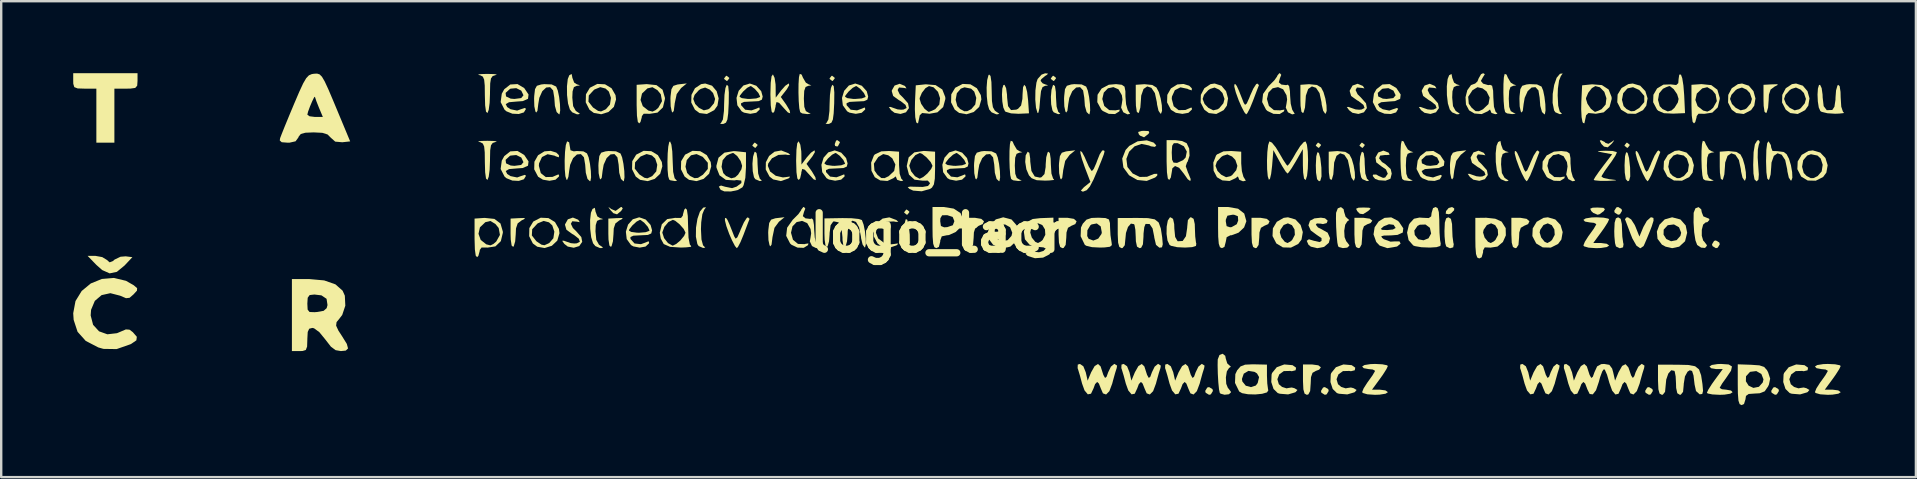
<source format=kicad_pcb>
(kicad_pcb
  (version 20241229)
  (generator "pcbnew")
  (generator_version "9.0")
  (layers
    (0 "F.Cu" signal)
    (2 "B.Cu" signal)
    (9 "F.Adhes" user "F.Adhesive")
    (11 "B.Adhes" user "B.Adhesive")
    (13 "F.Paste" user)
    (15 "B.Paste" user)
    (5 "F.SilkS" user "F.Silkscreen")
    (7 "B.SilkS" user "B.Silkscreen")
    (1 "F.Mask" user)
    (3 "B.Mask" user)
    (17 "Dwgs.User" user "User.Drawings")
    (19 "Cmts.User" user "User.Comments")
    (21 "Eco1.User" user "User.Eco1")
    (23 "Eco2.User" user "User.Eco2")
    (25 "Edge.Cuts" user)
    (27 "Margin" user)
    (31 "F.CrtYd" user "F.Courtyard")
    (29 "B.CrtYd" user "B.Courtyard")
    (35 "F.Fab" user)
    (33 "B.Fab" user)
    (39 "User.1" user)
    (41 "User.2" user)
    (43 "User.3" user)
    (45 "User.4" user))
  (footprint "logo_tacr"
    (layer "F.Cu")
    (at 36.01 6.645)
    (property "Reference" "logo_tacr" (at 0 0 0) (layer "F.SilkS") (effects (font (size 1.524 1.524) (thickness 0.3))))
    (attr board_only exclude_from_pos_files exclude_from_bom)
    (fp_poly (pts (xy -8.684 -6.456) (xy -8.681 -6.43) (xy -8.763 -6.326) (xy -8.788 -6.323) (xy -8.892 -6.405) (xy -8.895 -6.43) (xy -8.814 -6.534) (xy -8.788 -6.538)) (stroke (width 0) (type solid)) (fill yes) (layer "F.SilkS"))
    (fp_poly (pts (xy -7.505 -3.669) (xy -7.502 -3.644) (xy -7.584 -3.54) (xy -7.609 -3.537) (xy -7.713 -3.618) (xy -7.716 -3.644) (xy -7.635 -3.748) (xy -7.609 -3.751)) (stroke (width 0) (type solid)) (fill yes) (layer "F.SilkS"))
    (fp_poly (pts (xy -4.29 -6.456) (xy -4.287 -6.43) (xy -4.368 -6.326) (xy -4.394 -6.323) (xy -4.498 -6.405) (xy -4.501 -6.43) (xy -4.42 -6.534) (xy -4.394 -6.538)) (stroke (width 0) (type solid)) (fill yes) (layer "F.SilkS"))
    (fp_poly (pts (xy -4.076 -3.781) (xy -4.073 -3.757) (xy -4.15 -3.612) (xy -4.18 -3.59) (xy -4.271 -3.615) (xy -4.287 -3.691) (xy -4.231 -3.838) (xy -4.18 -3.858)) (stroke (width 0) (type solid)) (fill yes) (layer "F.SilkS"))
    (fp_poly (pts (xy -1.182 -0.883) (xy -1.179 -0.857) (xy -1.26 -0.753) (xy -1.286 -0.75) (xy -1.39 -0.832) (xy -1.393 -0.857) (xy -1.312 -0.961) (xy -1.286 -0.965)) (stroke (width 0) (type solid)) (fill yes) (layer "F.SilkS"))
    (fp_poly (pts (xy 4.927 -6.456) (xy 4.93 -6.43) (xy 4.848 -6.326) (xy 4.823 -6.323) (xy 4.719 -6.405) (xy 4.716 -6.43) (xy 4.797 -6.534) (xy 4.823 -6.538)) (stroke (width 0) (type solid)) (fill yes) (layer "F.SilkS"))
    (fp_poly (pts (xy 11.449 6.516) (xy 11.468 6.591) (xy 11.382 6.733) (xy 11.307 6.752) (xy 11.165 6.666) (xy 11.146 6.591) (xy 11.232 6.449) (xy 11.307 6.43)) (stroke (width 0) (type solid)) (fill yes) (layer "F.SilkS"))
    (fp_poly (pts (xy 15.966 -3.669) (xy 15.969 -3.644) (xy 15.887 -3.54) (xy 15.862 -3.537) (xy 15.758 -3.618) (xy 15.754 -3.644) (xy 15.836 -3.748) (xy 15.862 -3.751)) (stroke (width 0) (type solid)) (fill yes) (layer "F.SilkS"))
    (fp_poly (pts (xy 16.272 6.516) (xy 16.29 6.591) (xy 16.205 6.733) (xy 16.13 6.752) (xy 15.987 6.666) (xy 15.969 6.591) (xy 16.055 6.449) (xy 16.13 6.43)) (stroke (width 0) (type solid)) (fill yes) (layer "F.SilkS"))
    (fp_poly (pts (xy 17.788 -3.669) (xy 17.791 -3.644) (xy 17.709 -3.54) (xy 17.684 -3.537) (xy 17.579 -3.618) (xy 17.576 -3.644) (xy 17.658 -3.748) (xy 17.684 -3.751)) (stroke (width 0) (type solid)) (fill yes) (layer "F.SilkS"))
    (fp_poly (pts (xy 21.519 -1.015) (xy 21.515 -0.938) (xy 21.383 -0.802) (xy 21.292 -0.769) (xy 21.165 -0.793) (xy 21.179 -0.903) (xy 21.287 -1.03) (xy 21.429 -1.07)) (stroke (width 0) (type solid)) (fill yes) (layer "F.SilkS"))
    (fp_poly (pts (xy 28.489 -0.986) (xy 28.508 -0.911) (xy 28.422 -0.769) (xy 28.347 -0.75) (xy 28.205 -0.836) (xy 28.186 -0.911) (xy 28.272 -1.053) (xy 28.347 -1.072)) (stroke (width 0) (type solid)) (fill yes) (layer "F.SilkS"))
    (fp_poly (pts (xy 28.826 -3.669) (xy 28.83 -3.644) (xy 28.748 -3.54) (xy 28.722 -3.537) (xy 28.618 -3.618) (xy 28.615 -3.644) (xy 28.697 -3.748) (xy 28.722 -3.751)) (stroke (width 0) (type solid)) (fill yes) (layer "F.SilkS"))
    (fp_poly (pts (xy 29.775 6.516) (xy 29.794 6.591) (xy 29.708 6.733) (xy 29.633 6.752) (xy 29.491 6.666) (xy 29.473 6.591) (xy 29.558 6.449) (xy 29.633 6.43)) (stroke (width 0) (type solid)) (fill yes) (layer "F.SilkS"))
    (fp_poly (pts (xy 32.562 0.407) (xy 32.581 0.482) (xy 32.495 0.624) (xy 32.42 0.643) (xy 32.278 0.557) (xy 32.259 0.482) (xy 32.345 0.34) (xy 32.42 0.322)) (stroke (width 0) (type solid)) (fill yes) (layer "F.SilkS"))
    (fp_poly (pts (xy 35.027 6.516) (xy 35.046 6.591) (xy 34.96 6.733) (xy 34.885 6.752) (xy 34.743 6.666) (xy 34.724 6.591) (xy 34.81 6.449) (xy 34.885 6.43)) (stroke (width 0) (type solid)) (fill yes) (layer "F.SilkS"))
    (fp_poly (pts (xy 8.789 -4.235) (xy 8.815 -4.168) (xy 8.775 -4.111) (xy 8.598 -3.975) (xy 8.432 -4.045) (xy 8.382 -4.099) (xy 8.352 -4.197) (xy 8.499 -4.24) (xy 8.584 -4.245)) (stroke (width 0) (type solid)) (fill yes) (layer "F.SilkS"))
    (fp_poly (pts (xy 17.98 -1.042) (xy 18.037 -1.002) (xy 17.938 -0.909) (xy 17.931 -0.904) (xy 17.724 -0.774) (xy 17.585 -0.792) (xy 17.478 -0.9) (xy 17.431 -1) (xy 17.534 -1.043) (xy 17.739 -1.05)) (stroke (width 0) (type solid)) (fill yes) (layer "F.SilkS"))
    (fp_poly (pts (xy 27.733 -1.037) (xy 27.798 -0.982) (xy 27.749 -0.9) (xy 27.574 -0.771) (xy 27.49 -0.75) (xy 27.311 -0.825) (xy 27.231 -0.9) (xy 27.183 -1) (xy 27.287 -1.043) (xy 27.49 -1.05)) (stroke (width 0) (type solid)) (fill yes) (layer "F.SilkS"))
    (fp_poly (pts (xy -13.118 -1.011) (xy -13.182 -0.911) (xy -13.355 -0.766) (xy -13.512 -0.815) (xy -13.625 -0.938) (xy -13.717 -1.065) (xy -13.664 -1.04) (xy -13.594 -0.986) (xy -13.415 -0.91) (xy -13.346 -0.959) (xy -13.2 -1.067) (xy -13.163 -1.072)) (stroke (width 0) (type solid)) (fill yes) (layer "F.SilkS"))
    (fp_poly (pts (xy -1.267 -0.541) (xy -1.207 -0.324) (xy -1.162 0.078) (xy -1.162 0.08) (xy -1.157 0.441) (xy -1.205 0.617) (xy -1.259 0.643) (xy -1.342 0.556) (xy -1.385 0.284) (xy -1.393 -0.021) (xy -1.374 -0.396) (xy -1.327 -0.567)) (stroke (width 0) (type solid)) (fill yes) (layer "F.SilkS"))
    (fp_poly (pts (xy 15.881 -3.328) (xy 15.941 -3.11) (xy 15.986 -2.709) (xy 15.986 -2.706) (xy 15.991 -2.346) (xy 15.943 -2.17) (xy 15.888 -2.143) (xy 15.806 -2.231) (xy 15.763 -2.503) (xy 15.754 -2.808) (xy 15.773 -3.183) (xy 15.82 -3.354)) (stroke (width 0) (type solid)) (fill yes) (layer "F.SilkS"))
    (fp_poly (pts (xy 27.789 -3.779) (xy 27.815 -3.746) (xy 27.942 -3.703) (xy 28.062 -3.773) (xy 28.181 -3.858) (xy 28.15 -3.798) (xy 28.093 -3.724) (xy 27.916 -3.558) (xy 27.759 -3.588) (xy 27.651 -3.697) (xy 27.583 -3.831) (xy 27.631 -3.858)) (stroke (width 0) (type solid)) (fill yes) (layer "F.SilkS"))
    (fp_poly (pts (xy 28.742 -3.328) (xy 28.802 -3.11) (xy 28.846 -2.709) (xy 28.846 -2.706) (xy 28.852 -2.346) (xy 28.804 -2.17) (xy 28.749 -2.143) (xy 28.667 -2.231) (xy 28.624 -2.503) (xy 28.615 -2.808) (xy 28.634 -3.183) (xy 28.681 -3.354)) (stroke (width 0) (type solid)) (fill yes) (layer "F.SilkS"))
    (fp_poly (pts (xy -17.194 -0.586) (xy -17.335 -0.511) (xy -17.495 -0.389) (xy -17.565 -0.181) (xy -17.576 0.064) (xy -17.599 0.361) (xy -17.657 0.559) (xy -17.684 0.589) (xy -17.747 0.533) (xy -17.783 0.287) (xy -17.791 0.033) (xy -17.79 -0.589) (xy -17.442 -0.608) (xy -17.221 -0.614)) (stroke (width 0) (type solid)) (fill yes) (layer "F.SilkS"))
    (fp_poly (pts (xy -13.121 -0.586) (xy -13.263 -0.511) (xy -13.422 -0.389) (xy -13.492 -0.181) (xy -13.504 0.064) (xy -13.527 0.361) (xy -13.584 0.559) (xy -13.611 0.589) (xy -13.674 0.533) (xy -13.711 0.287) (xy -13.718 0.033) (xy -13.718 -0.589) (xy -13.37 -0.608) (xy -13.148 -0.614)) (stroke (width 0) (type solid)) (fill yes) (layer "F.SilkS"))
    (fp_poly (pts (xy 35 -6.159) (xy 34.858 -6.084) (xy 34.698 -5.962) (xy 34.629 -5.754) (xy 34.617 -5.509) (xy 34.594 -5.212) (xy 34.536 -5.014) (xy 34.51 -4.984) (xy 34.446 -5.04) (xy 34.41 -5.286) (xy 34.403 -5.54) (xy 34.403 -6.162) (xy 34.751 -6.181) (xy 34.973 -6.187)) (stroke (width 0) (type solid)) (fill yes) (layer "F.SilkS"))
    (fp_poly (pts (xy -34.801 1.015) (xy -34.615 1.128) (xy -34.492 1.234) (xy -34.362 1.183) (xy -34.289 1.12) (xy -34.04 1) (xy -33.823 0.983) (xy -33.545 1.018) (xy -33.872 1.366) (xy -34.193 1.63) (xy -34.493 1.693) (xy -34.805 1.554) (xy -35.046 1.34) (xy -35.409 0.965) (xy -35.08 0.965)) (stroke (width 0) (type solid)) (fill yes) (layer "F.SilkS"))
    (fp_poly (pts (xy -10.685 -6.03) (xy -10.87 -5.778) (xy -10.955 -5.38) (xy -10.956 -5.359) (xy -10.992 -5.077) (xy -11.042 -5.005) (xy -11.076 -5.052) (xy -11.121 -5.265) (xy -11.131 -5.583) (xy -11.126 -5.686) (xy -11.09 -5.977) (xy -11.01 -6.118) (xy -10.838 -6.174) (xy -10.771 -6.183) (xy -10.449 -6.22)) (stroke (width 0) (type solid)) (fill yes) (layer "F.SilkS"))
    (fp_poly (pts (xy -7.545 -3.321) (xy -7.508 -3.078) (xy -7.502 -2.855) (xy -7.477 -2.468) (xy -7.408 -2.249) (xy -7.368 -2.214) (xy -7.323 -2.167) (xy -7.41 -2.152) (xy -7.597 -2.231) (xy -7.651 -2.313) (xy -7.703 -2.562) (xy -7.715 -2.875) (xy -7.689 -3.167) (xy -7.631 -3.354) (xy -7.609 -3.376)) (stroke (width 0) (type solid)) (fill yes) (layer "F.SilkS"))
    (fp_poly (pts (xy -6.612 -0.457) (xy -6.798 -0.205) (xy -6.882 0.193) (xy -6.884 0.214) (xy -6.919 0.496) (xy -6.97 0.568) (xy -7.003 0.521) (xy -7.048 0.308) (xy -7.059 -0.01) (xy -7.053 -0.113) (xy -7.018 -0.404) (xy -6.937 -0.545) (xy -6.765 -0.601) (xy -6.698 -0.61) (xy -6.377 -0.647)) (stroke (width 0) (type solid)) (fill yes) (layer "F.SilkS"))
    (fp_poly (pts (xy 4.887 -6.108) (xy 4.924 -5.865) (xy 4.93 -5.642) (xy 4.955 -5.255) (xy 5.024 -5.035) (xy 5.064 -5.001) (xy 5.109 -4.953) (xy 5.022 -4.938) (xy 4.835 -5.017) (xy 4.781 -5.099) (xy 4.729 -5.349) (xy 4.717 -5.662) (xy 4.743 -5.954) (xy 4.801 -6.14) (xy 4.823 -6.162)) (stroke (width 0) (type solid)) (fill yes) (layer "F.SilkS"))
    (fp_poly (pts (xy 5.498 -3.244) (xy 5.313 -2.992) (xy 5.228 -2.593) (xy 5.227 -2.572) (xy 5.191 -2.291) (xy 5.141 -2.219) (xy 5.107 -2.265) (xy 5.062 -2.479) (xy 5.052 -2.797) (xy 5.057 -2.9) (xy 5.093 -3.191) (xy 5.173 -3.332) (xy 5.346 -3.388) (xy 5.412 -3.396) (xy 5.734 -3.434)) (stroke (width 0) (type solid)) (fill yes) (layer "F.SilkS"))
    (fp_poly (pts (xy 17.748 -3.321) (xy 17.785 -3.078) (xy 17.791 -2.855) (xy 17.815 -2.468) (xy 17.885 -2.249) (xy 17.925 -2.214) (xy 17.97 -2.167) (xy 17.883 -2.152) (xy 17.696 -2.231) (xy 17.641 -2.313) (xy 17.59 -2.562) (xy 17.578 -2.875) (xy 17.603 -3.167) (xy 17.662 -3.354) (xy 17.684 -3.376)) (stroke (width 0) (type solid)) (fill yes) (layer "F.SilkS"))
    (fp_poly (pts (xy 21.381 -0.579) (xy 21.429 -0.361) (xy 21.435 -0.17) (xy 21.449 0.162) (xy 21.484 0.421) (xy 21.5 0.474) (xy 21.478 0.608) (xy 21.342 0.648) (xy 21.185 0.572) (xy 21.144 0.432) (xy 21.118 0.151) (xy 21.113 -0.071) (xy 21.128 -0.421) (xy 21.182 -0.598) (xy 21.274 -0.643)) (stroke (width 0) (type solid)) (fill yes) (layer "F.SilkS"))
    (fp_poly (pts (xy 21.789 -3.244) (xy 21.603 -2.992) (xy 21.519 -2.593) (xy 21.517 -2.572) (xy 21.481 -2.291) (xy 21.431 -2.219) (xy 21.397 -2.265) (xy 21.352 -2.479) (xy 21.342 -2.797) (xy 21.347 -2.9) (xy 21.383 -3.191) (xy 21.464 -3.332) (xy 21.636 -3.388) (xy 21.703 -3.396) (xy 22.024 -3.434)) (stroke (width 0) (type solid)) (fill yes) (layer "F.SilkS"))
    (fp_poly (pts (xy 28.454 -0.579) (xy 28.502 -0.361) (xy 28.508 -0.17) (xy 28.522 0.162) (xy 28.558 0.421) (xy 28.573 0.474) (xy 28.552 0.608) (xy 28.416 0.648) (xy 28.258 0.572) (xy 28.218 0.432) (xy 28.192 0.151) (xy 28.186 -0.071) (xy 28.202 -0.421) (xy 28.255 -0.598) (xy 28.347 -0.643)) (stroke (width 0) (type solid)) (fill yes) (layer "F.SilkS"))
    (fp_poly (pts (xy -33.331 -6.323) (xy -33.345 -6.125) (xy -33.426 -6.032) (xy -33.631 -6.004) (xy -33.813 -6.002) (xy -34.295 -6.002) (xy -34.295 -3.751) (xy -35.046 -3.751) (xy -35.046 -6.002) (xy -35.528 -6.002) (xy -35.824 -6.011) (xy -35.965 -6.065) (xy -36.007 -6.202) (xy -36.01 -6.323) (xy -36.01 -6.645) (xy -33.331 -6.645)) (stroke (width 0) (type solid)) (fill yes) (layer "F.SilkS"))
    (fp_poly (pts (xy 1.817 -0.578) (xy 1.931 -0.477) (xy 1.876 -0.36) (xy 1.715 -0.29) (xy 1.571 -0.205) (xy 1.51 -0.01) (xy 1.5 0.204) (xy 1.475 0.506) (xy 1.391 0.633) (xy 1.34 0.643) (xy 1.246 0.593) (xy 1.196 0.416) (xy 1.179 0.072) (xy 1.179 0.011) (xy 1.179 -0.622) (xy 1.554 -0.622)) (stroke (width 0) (type solid)) (fill yes) (layer "F.SilkS"))
    (fp_poly (pts (xy 5.675 -0.578) (xy 5.789 -0.477) (xy 5.734 -0.36) (xy 5.573 -0.29) (xy 5.43 -0.205) (xy 5.368 -0.01) (xy 5.359 0.204) (xy 5.333 0.506) (xy 5.249 0.633) (xy 5.198 0.643) (xy 5.104 0.593) (xy 5.054 0.416) (xy 5.037 0.072) (xy 5.037 0.011) (xy 5.037 -0.622) (xy 5.412 -0.622)) (stroke (width 0) (type solid)) (fill yes) (layer "F.SilkS"))
    (fp_poly (pts (xy 13.713 -0.578) (xy 13.827 -0.477) (xy 13.772 -0.36) (xy 13.611 -0.29) (xy 13.468 -0.205) (xy 13.406 -0.01) (xy 13.397 0.204) (xy 13.371 0.506) (xy 13.287 0.633) (xy 13.236 0.643) (xy 13.142 0.593) (xy 13.092 0.416) (xy 13.075 0.072) (xy 13.075 0.011) (xy 13.075 -0.622) (xy 13.45 -0.622)) (stroke (width 0) (type solid)) (fill yes) (layer "F.SilkS"))
    (fp_poly (pts (xy 15.858 5.523) (xy 15.965 5.606) (xy 15.893 5.704) (xy 15.754 5.756) (xy 15.616 5.836) (xy 15.552 6.018) (xy 15.54 6.282) (xy 15.518 6.595) (xy 15.443 6.735) (xy 15.379 6.752) (xy 15.285 6.702) (xy 15.235 6.525) (xy 15.219 6.18) (xy 15.219 6.12) (xy 15.219 5.487) (xy 15.594 5.487)) (stroke (width 0) (type solid)) (fill yes) (layer "F.SilkS"))
    (fp_poly (pts (xy 18.002 -0.586) (xy 18.108 -0.503) (xy 18.036 -0.405) (xy 17.898 -0.353) (xy 17.759 -0.273) (xy 17.696 -0.091) (xy 17.684 0.173) (xy 17.661 0.487) (xy 17.586 0.626) (xy 17.523 0.643) (xy 17.429 0.593) (xy 17.379 0.416) (xy 17.362 0.072) (xy 17.362 0.011) (xy 17.362 -0.622) (xy 17.737 -0.622)) (stroke (width 0) (type solid)) (fill yes) (layer "F.SilkS"))
    (fp_poly (pts (xy 24.537 -0.578) (xy 24.652 -0.477) (xy 24.597 -0.36) (xy 24.435 -0.29) (xy 24.292 -0.205) (xy 24.23 -0.01) (xy 24.221 0.204) (xy 24.196 0.506) (xy 24.111 0.633) (xy 24.06 0.643) (xy 23.966 0.593) (xy 23.916 0.416) (xy 23.9 0.072) (xy 23.9 0.011) (xy 23.9 -0.622) (xy 24.275 -0.622)) (stroke (width 0) (type solid)) (fill yes) (layer "F.SilkS"))
    (fp_poly (pts (xy 34.248 -3.782) (xy 34.208 -3.671) (xy 34.168 -3.468) (xy 34.161 -3.134) (xy 34.181 -2.813) (xy 34.209 -2.428) (xy 34.193 -2.218) (xy 34.127 -2.145) (xy 34.112 -2.143) (xy 34.03 -2.22) (xy 33.985 -2.465) (xy 33.974 -2.831) (xy 33.991 -3.355) (xy 34.045 -3.685) (xy 34.14 -3.84) (xy 34.203 -3.858)) (stroke (width 0) (type solid)) (fill yes) (layer "F.SilkS"))
    (fp_poly (pts (xy -8.724 -6.109) (xy -8.698 -5.845) (xy -8.703 -5.396) (xy -8.725 -4.971) (xy -8.759 -4.716) (xy -8.818 -4.586) (xy -8.915 -4.537) (xy -8.949 -4.531) (xy -9.066 -4.533) (xy -9.029 -4.566) (xy -8.946 -4.717) (xy -8.902 -5.072) (xy -8.895 -5.361) (xy -8.88 -5.74) (xy -8.84 -6.028) (xy -8.784 -6.165) (xy -8.784 -6.165)) (stroke (width 0) (type solid)) (fill yes) (layer "F.SilkS"))
    (fp_poly (pts (xy -4.33 -6.109) (xy -4.304 -5.845) (xy -4.309 -5.396) (xy -4.331 -4.971) (xy -4.365 -4.716) (xy -4.424 -4.586) (xy -4.521 -4.537) (xy -4.555 -4.531) (xy -4.671 -4.533) (xy -4.635 -4.566) (xy -4.552 -4.717) (xy -4.508 -5.072) (xy -4.501 -5.361) (xy -4.486 -5.74) (xy -4.446 -6.028) (xy -4.39 -6.165) (xy -4.389 -6.165)) (stroke (width 0) (type solid)) (fill yes) (layer "F.SilkS"))
    (fp_poly (pts (xy -11.092 -3.672) (xy -11.054 -3.386) (xy -11.039 -3.009) (xy -11.039 -3.003) (xy -11.018 -2.534) (xy -10.957 -2.271) (xy -10.905 -2.214) (xy -10.855 -2.166) (xy -10.941 -2.152) (xy -11.133 -2.184) (xy -11.182 -2.215) (xy -11.225 -2.352) (xy -11.249 -2.618) (xy -11.255 -2.953) (xy -11.246 -3.298) (xy -11.221 -3.591) (xy -11.182 -3.775) (xy -11.146 -3.805)) (stroke (width 0) (type solid)) (fill yes) (layer "F.SilkS"))
    (fp_poly (pts (xy 2.203 -6.531) (xy 2.24 -6.276) (xy 2.251 -5.906) (xy 2.262 -5.486) (xy 2.302 -5.23) (xy 2.382 -5.088) (xy 2.438 -5.046) (xy 2.567 -4.96) (xy 2.508 -4.935) (xy 2.442 -4.933) (xy 2.248 -5.016) (xy 2.147 -5.137) (xy 2.082 -5.361) (xy 2.047 -5.688) (xy 2.04 -6.045) (xy 2.064 -6.36) (xy 2.117 -6.561) (xy 2.143 -6.591)) (stroke (width 0) (type solid)) (fill yes) (layer "F.SilkS"))
    (fp_poly (pts (xy -9.72 -0.963) (xy -9.726 -0.957) (xy -9.802 -0.769) (xy -9.849 -0.433) (xy -9.86 -0.148) (xy -9.838 0.284) (xy -9.772 0.527) (xy -9.726 0.572) (xy -9.68 0.62) (xy -9.768 0.635) (xy -9.955 0.556) (xy -10.009 0.474) (xy -10.071 0.163) (xy -10.066 -0.211) (xy -10.006 -0.582) (xy -9.902 -0.882) (xy -9.767 -1.044) (xy -9.75 -1.05) (xy -9.65 -1.062)) (stroke (width 0) (type solid)) (fill yes) (layer "F.SilkS"))
    (fp_poly (pts (xy 25.968 -6.536) (xy 25.963 -6.53) (xy 25.887 -6.342) (xy 25.839 -6.006) (xy 25.829 -5.721) (xy 25.851 -5.289) (xy 25.916 -5.046) (xy 25.963 -5.001) (xy 26.008 -4.953) (xy 25.921 -4.938) (xy 25.734 -5.017) (xy 25.679 -5.099) (xy 25.618 -5.41) (xy 25.623 -5.784) (xy 25.683 -6.155) (xy 25.786 -6.455) (xy 25.922 -6.617) (xy 25.939 -6.623) (xy 26.039 -6.635)) (stroke (width 0) (type solid)) (fill yes) (layer "F.SilkS"))
    (fp_poly (pts (xy -18.481 -6.609) (xy -18.362 -6.59) (xy -18.407 -6.569) (xy -18.535 -6.527) (xy -18.607 -6.428) (xy -18.64 -6.222) (xy -18.648 -5.86) (xy -18.648 -5.786) (xy -18.663 -5.408) (xy -18.701 -5.12) (xy -18.754 -4.984) (xy -18.755 -4.984) (xy -18.814 -5.045) (xy -18.85 -5.303) (xy -18.862 -5.72) (xy -18.867 -6.131) (xy -18.891 -6.376) (xy -18.947 -6.502) (xy -19.048 -6.557) (xy -19.104 -6.569) (xy -19.142 -6.594) (xy -18.997 -6.61) (xy -18.755 -6.616)) (stroke (width 0) (type solid)) (fill yes) (layer "F.SilkS"))
    (fp_poly (pts (xy -18.481 -3.822) (xy -18.362 -3.804) (xy -18.407 -3.783) (xy -18.535 -3.74) (xy -18.607 -3.641) (xy -18.64 -3.436) (xy -18.648 -3.074) (xy -18.648 -3) (xy -18.663 -2.622) (xy -18.701 -2.334) (xy -18.754 -2.198) (xy -18.755 -2.197) (xy -18.814 -2.258) (xy -18.85 -2.516) (xy -18.862 -2.933) (xy -18.867 -3.345) (xy -18.891 -3.59) (xy -18.947 -3.715) (xy -19.048 -3.77) (xy -19.104 -3.783) (xy -19.142 -3.807) (xy -18.997 -3.824) (xy -18.755 -3.829)) (stroke (width 0) (type solid)) (fill yes) (layer "F.SilkS"))
    (fp_poly (pts (xy -6.216 -3.312) (xy -6.141 -3.239) (xy -6.246 -3.24) (xy -6.33 -3.257) (xy -6.633 -3.242) (xy -6.901 -3.102) (xy -7.058 -2.882) (xy -7.073 -2.786) (xy -6.979 -2.55) (xy -6.745 -2.373) (xy -6.447 -2.304) (xy -6.33 -2.316) (xy -6.156 -2.342) (xy -6.17 -2.296) (xy -6.216 -2.261) (xy -6.533 -2.151) (xy -6.853 -2.222) (xy -7.003 -2.339) (xy -7.161 -2.635) (xy -7.156 -2.935) (xy -7.022 -3.197) (xy -6.797 -3.375) (xy -6.514 -3.427)) (stroke (width 0) (type solid)) (fill yes) (layer "F.SilkS"))
    (fp_poly (pts (xy -1.715 -0.526) (xy -1.639 -0.452) (xy -1.744 -0.454) (xy -1.829 -0.471) (xy -2.132 -0.456) (xy -2.399 -0.315) (xy -2.557 -0.096) (xy -2.572 0) (xy -2.478 0.237) (xy -2.244 0.414) (xy -1.946 0.483) (xy -1.829 0.471) (xy -1.655 0.445) (xy -1.668 0.49) (xy -1.715 0.526) (xy -2.032 0.635) (xy -2.352 0.565) (xy -2.502 0.447) (xy -2.66 0.152) (xy -2.655 -0.149) (xy -2.521 -0.41) (xy -2.295 -0.589) (xy -2.013 -0.64)) (stroke (width 0) (type solid)) (fill yes) (layer "F.SilkS"))
    (fp_poly (pts (xy -15.219 -6.473) (xy -15.219 -6.46) (xy -15.141 -6.254) (xy -15.031 -6.183) (xy -14.899 -6.142) (xy -14.975 -6.125) (xy -15.031 -6.121) (xy -15.152 -6.067) (xy -15.207 -5.892) (xy -15.219 -5.632) (xy -15.185 -5.274) (xy -15.074 -5.076) (xy -15.031 -5.046) (xy -14.903 -4.96) (xy -14.961 -4.935) (xy -15.027 -4.933) (xy -15.222 -5.016) (xy -15.32 -5.133) (xy -15.397 -5.384) (xy -15.438 -5.732) (xy -15.442 -6.098) (xy -15.408 -6.404) (xy -15.343 -6.563) (xy -15.247 -6.613)) (stroke (width 0) (type solid)) (fill yes) (layer "F.SilkS"))
    (fp_poly (pts (xy -14.254 -0.9) (xy -14.254 -0.887) (xy -14.177 -0.681) (xy -14.066 -0.61) (xy -13.934 -0.569) (xy -14.01 -0.552) (xy -14.066 -0.548) (xy -14.187 -0.494) (xy -14.243 -0.319) (xy -14.254 -0.059) (xy -14.22 0.299) (xy -14.109 0.497) (xy -14.066 0.527) (xy -13.938 0.613) (xy -13.997 0.638) (xy -14.063 0.64) (xy -14.258 0.557) (xy -14.355 0.44) (xy -14.432 0.189) (xy -14.473 -0.159) (xy -14.478 -0.525) (xy -14.444 -0.831) (xy -14.378 -0.99) (xy -14.282 -1.04)) (stroke (width 0) (type solid)) (fill yes) (layer "F.SilkS"))
    (fp_poly (pts (xy 4.603 -6.628) (xy 4.542 -6.569) (xy 4.474 -6.529) (xy 4.32 -6.398) (xy 4.287 -6.326) (xy 4.375 -6.223) (xy 4.474 -6.183) (xy 4.602 -6.142) (xy 4.523 -6.124) (xy 4.48 -6.121) (xy 4.371 -6.069) (xy 4.306 -5.901) (xy 4.27 -5.573) (xy 4.265 -5.493) (xy 4.238 -5.184) (xy 4.198 -5.003) (xy 4.162 -4.985) (xy 4.097 -5.204) (xy 4.067 -5.546) (xy 4.073 -5.925) (xy 4.115 -6.253) (xy 4.165 -6.404) (xy 4.329 -6.587) (xy 4.478 -6.641)) (stroke (width 0) (type solid)) (fill yes) (layer "F.SilkS"))
    (fp_poly (pts (xy 11.981 5.127) (xy 12.003 5.243) (xy 12.065 5.444) (xy 12.137 5.51) (xy 12.216 5.581) (xy 12.137 5.636) (xy 12.047 5.777) (xy 12.007 6.029) (xy 12.022 6.293) (xy 12.093 6.47) (xy 12.111 6.484) (xy 12.214 6.621) (xy 12.218 6.651) (xy 12.133 6.729) (xy 11.952 6.749) (xy 11.788 6.705) (xy 11.753 6.672) (xy 11.721 6.523) (xy 11.692 6.232) (xy 11.671 5.871) (xy 11.663 5.514) (xy 11.668 5.278) (xy 11.74 5.094) (xy 11.871 5.041)) (stroke (width 0) (type solid)) (fill yes) (layer "F.SilkS"))
    (fp_poly (pts (xy 16.911 -0.982) (xy 16.933 -0.866) (xy 16.995 -0.665) (xy 17.067 -0.598) (xy 17.146 -0.528) (xy 17.067 -0.473) (xy 16.977 -0.332) (xy 16.937 -0.08) (xy 16.952 0.184) (xy 17.023 0.361) (xy 17.041 0.375) (xy 17.144 0.512) (xy 17.148 0.542) (xy 17.063 0.621) (xy 16.882 0.64) (xy 16.718 0.597) (xy 16.683 0.563) (xy 16.651 0.414) (xy 16.622 0.123) (xy 16.601 -0.238) (xy 16.593 -0.595) (xy 16.598 -0.831) (xy 16.669 -1.015) (xy 16.801 -1.068)) (stroke (width 0) (type solid)) (fill yes) (layer "F.SilkS"))
    (fp_poly (pts (xy 21.435 -6.473) (xy 21.435 -6.46) (xy 21.512 -6.254) (xy 21.622 -6.183) (xy 21.754 -6.142) (xy 21.678 -6.125) (xy 21.622 -6.121) (xy 21.502 -6.067) (xy 21.446 -5.892) (xy 21.435 -5.632) (xy 21.468 -5.274) (xy 21.579 -5.076) (xy 21.622 -5.046) (xy 21.751 -4.96) (xy 21.692 -4.935) (xy 21.626 -4.933) (xy 21.431 -5.016) (xy 21.334 -5.133) (xy 21.256 -5.384) (xy 21.215 -5.732) (xy 21.211 -6.098) (xy 21.245 -6.404) (xy 21.31 -6.563) (xy 21.406 -6.613)) (stroke (width 0) (type solid)) (fill yes) (layer "F.SilkS"))
    (fp_poly (pts (xy 23.471 -3.687) (xy 23.471 -3.673) (xy 23.548 -3.468) (xy 23.658 -3.396) (xy 23.791 -3.356) (xy 23.714 -3.339) (xy 23.658 -3.335) (xy 23.538 -3.281) (xy 23.482 -3.105) (xy 23.471 -2.845) (xy 23.505 -2.487) (xy 23.615 -2.29) (xy 23.658 -2.259) (xy 23.787 -2.174) (xy 23.728 -2.149) (xy 23.662 -2.147) (xy 23.467 -2.229) (xy 23.37 -2.346) (xy 23.293 -2.597) (xy 23.251 -2.945) (xy 23.247 -3.311) (xy 23.281 -3.617) (xy 23.347 -3.777) (xy 23.443 -3.826)) (stroke (width 0) (type solid)) (fill yes) (layer "F.SilkS"))
    (fp_poly (pts (xy 29.817 -0.616) (xy 29.823 -0.505) (xy 29.748 -0.266) (xy 29.679 -0.086) (xy 29.548 0.237) (xy 29.445 0.476) (xy 29.406 0.557) (xy 29.27 0.648) (xy 29.111 0.539) (xy 28.941 0.24) (xy 28.878 0.083) (xy 28.756 -0.24) (xy 28.665 -0.479) (xy 28.633 -0.56) (xy 28.685 -0.633) (xy 28.756 -0.643) (xy 28.892 -0.552) (xy 29.037 -0.326) (xy 29.074 -0.242) (xy 29.234 0.159) (xy 29.401 -0.242) (xy 29.544 -0.495) (xy 29.695 -0.634) (xy 29.733 -0.643)) (stroke (width 0) (type solid)) (fill yes) (layer "F.SilkS"))
    (fp_poly (pts (xy -15.887 -3.338) (xy -15.777 -3.232) (xy -15.777 -3.142) (xy -15.906 -3.182) (xy -15.956 -3.209) (xy -16.25 -3.271) (xy -16.483 -3.152) (xy -16.605 -2.886) (xy -16.612 -2.786) (xy -16.532 -2.484) (xy -16.325 -2.319) (xy -16.044 -2.326) (xy -15.956 -2.364) (xy -15.794 -2.433) (xy -15.768 -2.373) (xy -15.777 -2.341) (xy -15.919 -2.209) (xy -16.169 -2.164) (xy -16.443 -2.21) (xy -16.644 -2.334) (xy -16.806 -2.641) (xy -16.798 -2.957) (xy -16.647 -3.226) (xy -16.38 -3.39) (xy -16.12 -3.411)) (stroke (width 0) (type solid)) (fill yes) (layer "F.SilkS"))
    (fp_poly (pts (xy 8.942 -6.155) (xy 9.115 -6.049) (xy 9.213 -5.861) (xy 9.291 -5.593) (xy 9.339 -5.309) (xy 9.348 -5.077) (xy 9.307 -4.963) (xy 9.281 -4.962) (xy 9.2 -5.083) (xy 9.141 -5.339) (xy 9.131 -5.439) (xy 9.05 -5.816) (xy 8.903 -6.036) (xy 8.731 -6.095) (xy 8.577 -5.989) (xy 8.48 -5.712) (xy 8.467 -5.514) (xy 8.444 -5.215) (xy 8.387 -5.016) (xy 8.359 -4.984) (xy 8.296 -5.04) (xy 8.26 -5.286) (xy 8.253 -5.54) (xy 8.253 -6.162) (xy 8.615 -6.188)) (stroke (width 0) (type solid)) (fill yes) (layer "F.SilkS"))
    (fp_poly (pts (xy 10.477 -6.125) (xy 10.587 -6.018) (xy 10.587 -5.929) (xy 10.458 -5.969) (xy 10.408 -5.995) (xy 10.115 -6.057) (xy 9.882 -5.939) (xy 9.76 -5.672) (xy 9.753 -5.573) (xy 9.833 -5.27) (xy 10.04 -5.106) (xy 10.321 -5.113) (xy 10.408 -5.151) (xy 10.571 -5.219) (xy 10.597 -5.159) (xy 10.587 -5.128) (xy 10.446 -4.995) (xy 10.195 -4.951) (xy 9.922 -4.996) (xy 9.72 -5.121) (xy 9.558 -5.428) (xy 9.567 -5.744) (xy 9.718 -6.012) (xy 9.984 -6.177) (xy 10.244 -6.197)) (stroke (width 0) (type solid)) (fill yes) (layer "F.SilkS"))
    (fp_poly (pts (xy 15.801 -6.155) (xy 15.974 -6.049) (xy 16.072 -5.861) (xy 16.15 -5.593) (xy 16.198 -5.309) (xy 16.207 -5.077) (xy 16.166 -4.963) (xy 16.14 -4.962) (xy 16.059 -5.083) (xy 16 -5.339) (xy 15.99 -5.439) (xy 15.909 -5.816) (xy 15.762 -6.036) (xy 15.59 -6.095) (xy 15.436 -5.989) (xy 15.339 -5.712) (xy 15.326 -5.514) (xy 15.303 -5.215) (xy 15.246 -5.016) (xy 15.219 -4.984) (xy 15.155 -5.04) (xy 15.119 -5.286) (xy 15.112 -5.54) (xy 15.112 -6.162) (xy 15.474 -6.188)) (stroke (width 0) (type solid)) (fill yes) (layer "F.SilkS"))
    (fp_poly (pts (xy 16.98 -3.368) (xy 17.153 -3.262) (xy 17.251 -3.074) (xy 17.329 -2.806) (xy 17.377 -2.523) (xy 17.386 -2.291) (xy 17.345 -2.176) (xy 17.319 -2.175) (xy 17.238 -2.296) (xy 17.179 -2.553) (xy 17.169 -2.653) (xy 17.088 -3.029) (xy 16.941 -3.25) (xy 16.769 -3.309) (xy 16.615 -3.202) (xy 16.518 -2.925) (xy 16.505 -2.728) (xy 16.482 -2.429) (xy 16.425 -2.229) (xy 16.397 -2.197) (xy 16.334 -2.253) (xy 16.298 -2.499) (xy 16.291 -2.753) (xy 16.291 -3.376) (xy 16.653 -3.402)) (stroke (width 0) (type solid)) (fill yes) (layer "F.SilkS"))
    (fp_poly (pts (xy 31.809 -0.975) (xy 31.83 -0.857) (xy 31.897 -0.683) (xy 31.991 -0.643) (xy 32.134 -0.585) (xy 32.152 -0.536) (xy 32.065 -0.441) (xy 31.991 -0.429) (xy 31.888 -0.338) (xy 31.833 -0.124) (xy 31.832 0.126) (xy 31.89 0.325) (xy 31.938 0.375) (xy 32.041 0.512) (xy 32.045 0.542) (xy 31.969 0.633) (xy 31.803 0.62) (xy 31.642 0.511) (xy 31.64 0.509) (xy 31.568 0.317) (xy 31.515 -0.02) (xy 31.489 -0.433) (xy 31.494 -0.831) (xy 31.567 -1.017) (xy 31.699 -1.067)) (stroke (width 0) (type solid)) (fill yes) (layer "F.SilkS"))
    (fp_poly (pts (xy 33.27 -3.368) (xy 33.444 -3.262) (xy 33.541 -3.074) (xy 33.619 -2.806) (xy 33.667 -2.523) (xy 33.676 -2.291) (xy 33.635 -2.176) (xy 33.609 -2.175) (xy 33.528 -2.296) (xy 33.469 -2.553) (xy 33.459 -2.653) (xy 33.378 -3.029) (xy 33.231 -3.25) (xy 33.06 -3.309) (xy 32.905 -3.202) (xy 32.808 -2.925) (xy 32.795 -2.728) (xy 32.772 -2.429) (xy 32.715 -2.229) (xy 32.688 -2.197) (xy 32.624 -2.253) (xy 32.588 -2.499) (xy 32.581 -2.753) (xy 32.581 -3.376) (xy 32.944 -3.402)) (stroke (width 0) (type solid)) (fill yes) (layer "F.SilkS"))
    (fp_poly (pts (xy -7.836 -0.58) (xy -7.841 -0.56) (xy -7.896 -0.42) (xy -7.999 -0.148) (xy -8.086 0.083) (xy -8.212 0.389) (xy -8.319 0.593) (xy -8.368 0.643) (xy -8.444 0.552) (xy -8.567 0.316) (xy -8.683 0.05) (xy -8.801 -0.275) (xy -8.862 -0.516) (xy -8.859 -0.608) (xy -8.816 -0.617) (xy -8.758 -0.538) (xy -8.667 -0.338) (xy -8.525 0.02) (xy -8.473 0.155) (xy -8.414 0.246) (xy -8.343 0.189) (xy -8.239 -0.043) (xy -8.201 -0.14) (xy -8.072 -0.428) (xy -7.956 -0.61) (xy -7.907 -0.643)) (stroke (width 0) (type solid)) (fill yes) (layer "F.SilkS"))
    (fp_poly (pts (xy -5.666 -6.588) (xy -5.611 -6.458) (xy -5.491 -6.253) (xy -5.374 -6.181) (xy -5.261 -6.141) (xy -5.356 -6.123) (xy -5.385 -6.121) (xy -5.501 -6.072) (xy -5.558 -5.911) (xy -5.573 -5.588) (xy -5.573 -5.581) (xy -5.555 -5.243) (xy -5.49 -5.067) (xy -5.385 -5.004) (xy -5.286 -4.965) (xy -5.39 -4.945) (xy -5.433 -4.942) (xy -5.645 -4.971) (xy -5.726 -5.024) (xy -5.763 -5.185) (xy -5.787 -5.48) (xy -5.798 -5.84) (xy -5.795 -6.196) (xy -5.777 -6.478) (xy -5.744 -6.617) (xy -5.743 -6.617)) (stroke (width 0) (type solid)) (fill yes) (layer "F.SilkS"))
    (fp_poly (pts (xy 3.122 -3.802) (xy 3.177 -3.672) (xy 3.298 -3.467) (xy 3.414 -3.394) (xy 3.528 -3.355) (xy 3.432 -3.337) (xy 3.403 -3.335) (xy 3.287 -3.286) (xy 3.23 -3.124) (xy 3.215 -2.801) (xy 3.215 -2.794) (xy 3.233 -2.457) (xy 3.298 -2.28) (xy 3.403 -2.217) (xy 3.502 -2.178) (xy 3.398 -2.158) (xy 3.355 -2.156) (xy 3.144 -2.184) (xy 3.062 -2.238) (xy 3.025 -2.398) (xy 3.001 -2.693) (xy 2.99 -3.054) (xy 2.993 -3.41) (xy 3.011 -3.692) (xy 3.044 -3.83) (xy 3.045 -3.831)) (stroke (width 0) (type solid)) (fill yes) (layer "F.SilkS"))
    (fp_poly (pts (xy 3.668 -6.093) (xy 3.728 -5.863) (xy 3.768 -5.515) (xy 3.805 -4.974) (xy 3.367 -4.955) (xy 3.06 -4.972) (xy 2.838 -5.037) (xy 2.805 -5.062) (xy 2.736 -5.215) (xy 2.694 -5.467) (xy 2.68 -5.752) (xy 2.694 -6.002) (xy 2.739 -6.152) (xy 2.786 -6.162) (xy 2.852 -6.023) (xy 2.89 -5.752) (xy 2.894 -5.629) (xy 2.933 -5.274) (xy 3.057 -5.11) (xy 3.275 -5.128) (xy 3.349 -5.163) (xy 3.476 -5.3) (xy 3.531 -5.574) (xy 3.537 -5.759) (xy 3.557 -6.058) (xy 3.606 -6.163)) (stroke (width 0) (type solid)) (fill yes) (layer "F.SilkS"))
    (fp_poly (pts (xy 13.384 -6.153) (xy 13.379 -6.133) (xy 13.324 -5.993) (xy 13.221 -5.721) (xy 13.134 -5.49) (xy 13.008 -5.184) (xy 12.901 -4.98) (xy 12.852 -4.93) (xy 12.776 -5.021) (xy 12.653 -5.257) (xy 12.538 -5.523) (xy 12.42 -5.848) (xy 12.358 -6.089) (xy 12.361 -6.181) (xy 12.404 -6.19) (xy 12.462 -6.111) (xy 12.553 -5.911) (xy 12.695 -5.553) (xy 12.747 -5.418) (xy 12.806 -5.327) (xy 12.877 -5.384) (xy 12.982 -5.616) (xy 13.019 -5.713) (xy 13.148 -6.001) (xy 13.264 -6.183) (xy 13.313 -6.216)) (stroke (width 0) (type solid)) (fill yes) (layer "F.SilkS"))
    (fp_poly (pts (xy 14.784 5.517) (xy 14.932 5.622) (xy 14.911 5.73) (xy 14.752 5.769) (xy 14.686 5.757) (xy 14.42 5.764) (xy 14.231 5.9) (xy 14.152 6.102) (xy 14.213 6.31) (xy 14.347 6.423) (xy 14.534 6.483) (xy 14.61 6.467) (xy 14.75 6.447) (xy 14.863 6.476) (xy 14.988 6.55) (xy 14.916 6.635) (xy 14.894 6.649) (xy 14.6 6.735) (xy 14.255 6.707) (xy 14.167 6.679) (xy 13.992 6.507) (xy 13.898 6.22) (xy 13.911 5.908) (xy 13.931 5.844) (xy 14.126 5.603) (xy 14.44 5.487)) (stroke (width 0) (type solid)) (fill yes) (layer "F.SilkS"))
    (fp_poly (pts (xy 17.249 5.517) (xy 17.397 5.622) (xy 17.376 5.73) (xy 17.217 5.769) (xy 17.151 5.757) (xy 16.885 5.764) (xy 16.696 5.9) (xy 16.617 6.102) (xy 16.678 6.31) (xy 16.812 6.423) (xy 16.999 6.483) (xy 17.075 6.467) (xy 17.215 6.447) (xy 17.328 6.476) (xy 17.453 6.55) (xy 17.381 6.635) (xy 17.359 6.649) (xy 17.065 6.735) (xy 16.72 6.707) (xy 16.632 6.679) (xy 16.457 6.507) (xy 16.363 6.22) (xy 16.376 5.908) (xy 16.396 5.844) (xy 16.591 5.603) (xy 16.905 5.487)) (stroke (width 0) (type solid)) (fill yes) (layer "F.SilkS"))
    (fp_poly (pts (xy 19.412 -3.802) (xy 19.467 -3.672) (xy 19.588 -3.467) (xy 19.704 -3.394) (xy 19.818 -3.355) (xy 19.722 -3.337) (xy 19.693 -3.335) (xy 19.577 -3.286) (xy 19.521 -3.124) (xy 19.505 -2.801) (xy 19.505 -2.794) (xy 19.523 -2.457) (xy 19.588 -2.28) (xy 19.693 -2.217) (xy 19.793 -2.178) (xy 19.688 -2.158) (xy 19.646 -2.156) (xy 19.434 -2.184) (xy 19.353 -2.238) (xy 19.316 -2.398) (xy 19.291 -2.693) (xy 19.28 -3.054) (xy 19.283 -3.41) (xy 19.301 -3.692) (xy 19.335 -3.83) (xy 19.335 -3.831)) (stroke (width 0) (type solid)) (fill yes) (layer "F.SilkS"))
    (fp_poly (pts (xy 23.699 -6.588) (xy 23.754 -6.458) (xy 23.875 -6.253) (xy 23.991 -6.181) (xy 24.105 -6.141) (xy 24.009 -6.123) (xy 23.98 -6.121) (xy 23.864 -6.072) (xy 23.808 -5.911) (xy 23.792 -5.588) (xy 23.792 -5.581) (xy 23.81 -5.243) (xy 23.875 -5.067) (xy 23.98 -5.004) (xy 24.08 -4.965) (xy 23.975 -4.945) (xy 23.933 -4.942) (xy 23.721 -4.971) (xy 23.64 -5.024) (xy 23.603 -5.185) (xy 23.578 -5.48) (xy 23.567 -5.84) (xy 23.57 -6.196) (xy 23.588 -6.478) (xy 23.622 -6.617) (xy 23.622 -6.617)) (stroke (width 0) (type solid)) (fill yes) (layer "F.SilkS"))
    (fp_poly (pts (xy 25.066 -3.367) (xy 25.061 -3.346) (xy 25.006 -3.206) (xy 24.903 -2.934) (xy 24.816 -2.703) (xy 24.69 -2.397) (xy 24.583 -2.194) (xy 24.534 -2.143) (xy 24.458 -2.235) (xy 24.335 -2.471) (xy 24.22 -2.737) (xy 24.102 -3.062) (xy 24.04 -3.303) (xy 24.043 -3.395) (xy 24.086 -3.403) (xy 24.144 -3.325) (xy 24.235 -3.124) (xy 24.377 -2.767) (xy 24.429 -2.632) (xy 24.488 -2.54) (xy 24.559 -2.598) (xy 24.663 -2.829) (xy 24.701 -2.927) (xy 24.83 -3.215) (xy 24.946 -3.397) (xy 24.995 -3.43)) (stroke (width 0) (type solid)) (fill yes) (layer "F.SilkS"))
    (fp_poly (pts (xy 30.103 -3.367) (xy 30.098 -3.346) (xy 30.043 -3.206) (xy 29.94 -2.934) (xy 29.853 -2.703) (xy 29.727 -2.397) (xy 29.62 -2.194) (xy 29.571 -2.143) (xy 29.495 -2.235) (xy 29.372 -2.471) (xy 29.257 -2.737) (xy 29.139 -3.062) (xy 29.077 -3.303) (xy 29.08 -3.395) (xy 29.123 -3.403) (xy 29.181 -3.325) (xy 29.272 -3.124) (xy 29.414 -2.767) (xy 29.466 -2.632) (xy 29.525 -2.54) (xy 29.596 -2.598) (xy 29.701 -2.829) (xy 29.738 -2.927) (xy 29.867 -3.215) (xy 29.983 -3.397) (xy 30.032 -3.43)) (stroke (width 0) (type solid)) (fill yes) (layer "F.SilkS"))
    (fp_poly (pts (xy 31.952 -3.802) (xy 32.006 -3.672) (xy 32.127 -3.467) (xy 32.243 -3.394) (xy 32.357 -3.355) (xy 32.262 -3.337) (xy 32.232 -3.335) (xy 32.117 -3.286) (xy 32.06 -3.124) (xy 32.045 -2.801) (xy 32.045 -2.794) (xy 32.063 -2.457) (xy 32.128 -2.28) (xy 32.232 -2.217) (xy 32.332 -2.178) (xy 32.227 -2.158) (xy 32.185 -2.156) (xy 31.973 -2.184) (xy 31.892 -2.238) (xy 31.855 -2.398) (xy 31.83 -2.693) (xy 31.819 -3.054) (xy 31.822 -3.41) (xy 31.84 -3.692) (xy 31.874 -3.83) (xy 31.874 -3.831)) (stroke (width 0) (type solid)) (fill yes) (layer "F.SilkS"))
    (fp_poly (pts (xy 36.111 5.517) (xy 36.259 5.622) (xy 36.239 5.73) (xy 36.079 5.769) (xy 36.013 5.757) (xy 35.747 5.764) (xy 35.559 5.9) (xy 35.479 6.102) (xy 35.54 6.31) (xy 35.675 6.423) (xy 35.861 6.483) (xy 35.938 6.467) (xy 36.077 6.447) (xy 36.19 6.476) (xy 36.316 6.55) (xy 36.243 6.635) (xy 36.221 6.649) (xy 35.928 6.735) (xy 35.582 6.707) (xy 35.494 6.679) (xy 35.319 6.507) (xy 35.225 6.22) (xy 35.239 5.908) (xy 35.259 5.844) (xy 35.454 5.603) (xy 35.767 5.487)) (stroke (width 0) (type solid)) (fill yes) (layer "F.SilkS"))
    (fp_poly (pts (xy -16.079 -6.178) (xy -15.891 -6.088) (xy -15.824 -5.924) (xy -15.768 -5.656) (xy -15.733 -5.355) (xy -15.724 -5.093) (xy -15.75 -4.943) (xy -15.769 -4.93) (xy -15.872 -5.028) (xy -15.944 -5.285) (xy -15.969 -5.624) (xy -16.019 -5.928) (xy -16.144 -6.065) (xy -16.306 -6.049) (xy -16.469 -5.896) (xy -16.593 -5.62) (xy -16.637 -5.359) (xy -16.672 -5.077) (xy -16.723 -5.006) (xy -16.756 -5.052) (xy -16.801 -5.265) (xy -16.811 -5.583) (xy -16.806 -5.69) (xy -16.773 -5.98) (xy -16.695 -6.121) (xy -16.517 -6.176) (xy -16.388 -6.19)) (stroke (width 0) (type solid)) (fill yes) (layer "F.SilkS"))
    (fp_poly (pts (xy -13.4 -3.391) (xy -13.211 -3.301) (xy -13.144 -3.138) (xy -13.089 -2.869) (xy -13.053 -2.568) (xy -13.045 -2.306) (xy -13.071 -2.156) (xy -13.09 -2.143) (xy -13.192 -2.241) (xy -13.264 -2.498) (xy -13.289 -2.837) (xy -13.34 -3.141) (xy -13.465 -3.278) (xy -13.627 -3.262) (xy -13.789 -3.109) (xy -13.913 -2.833) (xy -13.958 -2.572) (xy -13.993 -2.291) (xy -14.043 -2.219) (xy -14.077 -2.265) (xy -14.122 -2.478) (xy -14.132 -2.797) (xy -14.127 -2.904) (xy -14.094 -3.194) (xy -14.016 -3.334) (xy -13.838 -3.389) (xy -13.709 -3.404)) (stroke (width 0) (type solid)) (fill yes) (layer "F.SilkS"))
    (fp_poly (pts (xy 2.248 -3.391) (xy 2.436 -3.301) (xy 2.503 -3.138) (xy 2.558 -2.869) (xy 2.594 -2.568) (xy 2.603 -2.306) (xy 2.577 -2.156) (xy 2.558 -2.143) (xy 2.455 -2.241) (xy 2.383 -2.498) (xy 2.358 -2.837) (xy 2.308 -3.141) (xy 2.183 -3.278) (xy 2.02 -3.262) (xy 1.858 -3.109) (xy 1.734 -2.833) (xy 1.689 -2.572) (xy 1.654 -2.291) (xy 1.604 -2.219) (xy 1.57 -2.265) (xy 1.526 -2.478) (xy 1.515 -2.797) (xy 1.52 -2.904) (xy 1.553 -3.194) (xy 1.632 -3.334) (xy 1.809 -3.389) (xy 1.938 -3.404)) (stroke (width 0) (type solid)) (fill yes) (layer "F.SilkS"))
    (fp_poly (pts (xy 5.999 -6.178) (xy 6.187 -6.088) (xy 6.254 -5.924) (xy 6.309 -5.656) (xy 6.345 -5.355) (xy 6.354 -5.093) (xy 6.328 -4.943) (xy 6.309 -4.93) (xy 6.206 -5.028) (xy 6.134 -5.285) (xy 6.109 -5.624) (xy 6.059 -5.928) (xy 5.934 -6.065) (xy 5.771 -6.049) (xy 5.609 -5.896) (xy 5.485 -5.62) (xy 5.441 -5.359) (xy 5.405 -5.077) (xy 5.355 -5.006) (xy 5.322 -5.052) (xy 5.277 -5.265) (xy 5.266 -5.583) (xy 5.272 -5.69) (xy 5.304 -5.98) (xy 5.383 -6.121) (xy 5.56 -6.176) (xy 5.689 -6.19)) (stroke (width 0) (type solid)) (fill yes) (layer "F.SilkS"))
    (fp_poly (pts (xy 24.968 -6.178) (xy 25.156 -6.088) (xy 25.224 -5.924) (xy 25.279 -5.656) (xy 25.315 -5.355) (xy 25.323 -5.093) (xy 25.297 -4.943) (xy 25.278 -4.93) (xy 25.176 -5.028) (xy 25.104 -5.285) (xy 25.078 -5.624) (xy 25.028 -5.928) (xy 24.903 -6.065) (xy 24.741 -6.049) (xy 24.579 -5.896) (xy 24.455 -5.62) (xy 24.41 -5.359) (xy 24.375 -5.077) (xy 24.325 -5.006) (xy 24.291 -5.052) (xy 24.246 -5.265) (xy 24.236 -5.583) (xy 24.241 -5.69) (xy 24.274 -5.98) (xy 24.352 -6.121) (xy 24.53 -6.176) (xy 24.659 -6.19)) (stroke (width 0) (type solid)) (fill yes) (layer "F.SilkS"))
    (fp_poly (pts (xy 32.954 5.488) (xy 33.09 5.572) (xy 33.05 5.749) (xy 32.849 6.046) (xy 32.681 6.281) (xy 32.587 6.443) (xy 32.581 6.467) (xy 32.672 6.52) (xy 32.849 6.538) (xy 33.05 6.574) (xy 33.116 6.645) (xy 33.02 6.706) (xy 32.774 6.745) (xy 32.581 6.752) (xy 32.275 6.736) (xy 32.081 6.697) (xy 32.045 6.666) (xy 32.104 6.537) (xy 32.254 6.301) (xy 32.376 6.13) (xy 32.706 5.68) (xy 32.429 5.68) (xy 32.223 5.645) (xy 32.152 5.573) (xy 32.248 5.509) (xy 32.49 5.471) (xy 32.634 5.466)) (stroke (width 0) (type solid)) (fill yes) (layer "F.SilkS"))
    (fp_poly (pts (xy 3.078 -0.552) (xy 3.297 -0.303) (xy 3.358 0) (xy 3.27 0.355) (xy 3.027 0.58) (xy 2.733 0.643) (xy 2.46 0.58) (xy 2.307 0.497) (xy 2.123 0.252) (xy 2.108 0.08) (xy 2.375 0.08) (xy 2.49 0.262) (xy 2.688 0.355) (xy 2.918 0.309) (xy 3.077 0.13) (xy 3.108 0) (xy 3.019 -0.226) (xy 2.808 -0.346) (xy 2.557 -0.315) (xy 2.543 -0.307) (xy 2.38 -0.129) (xy 2.375 0.08) (xy 2.108 0.08) (xy 2.096 -0.046) (xy 2.205 -0.336) (xy 2.424 -0.556) (xy 2.732 -0.643) (xy 2.733 -0.643)) (stroke (width 0) (type solid)) (fill yes) (layer "F.SilkS"))
    (fp_poly (pts (xy 8.999 -3.755) (xy 9.108 -3.64) (xy 9.053 -3.577) (xy 8.888 -3.598) (xy 8.804 -3.635) (xy 8.494 -3.7) (xy 8.203 -3.598) (xy 7.977 -3.375) (xy 7.862 -3.078) (xy 7.903 -2.752) (xy 7.912 -2.731) (xy 8.123 -2.469) (xy 8.419 -2.324) (xy 8.722 -2.33) (xy 8.788 -2.358) (xy 9.015 -2.45) (xy 9.15 -2.455) (xy 9.148 -2.38) (xy 9.062 -2.301) (xy 8.709 -2.158) (xy 8.317 -2.197) (xy 7.974 -2.394) (xy 7.737 -2.719) (xy 7.689 -3.089) (xy 7.83 -3.448) (xy 7.984 -3.617) (xy 8.332 -3.808) (xy 8.711 -3.849)) (stroke (width 0) (type solid)) (fill yes) (layer "F.SilkS"))
    (fp_poly (pts (xy 14.905 -0.553) (xy 15.119 -0.326) (xy 15.212 -0.026) (xy 15.159 0.282) (xy 15.023 0.466) (xy 14.717 0.62) (xy 14.382 0.611) (xy 14.11 0.447) (xy 13.95 0.138) (xy 13.957 -0.008) (xy 14.254 -0.008) (xy 14.318 0.201) (xy 14.461 0.378) (xy 14.576 0.429) (xy 14.698 0.363) (xy 14.768 0.3) (xy 14.881 0.088) (xy 14.867 -0.137) (xy 14.759 -0.316) (xy 14.59 -0.391) (xy 14.415 -0.322) (xy 14.278 -0.122) (xy 14.254 -0.008) (xy 13.957 -0.008) (xy 13.965 -0.183) (xy 14.129 -0.456) (xy 14.416 -0.62) (xy 14.594 -0.643)) (stroke (width 0) (type solid)) (fill yes) (layer "F.SilkS"))
    (fp_poly (pts (xy 16.136 -0.602) (xy 16.249 -0.502) (xy 16.205 -0.401) (xy 16.05 -0.361) (xy 15.96 -0.378) (xy 15.795 -0.387) (xy 15.754 -0.336) (xy 15.843 -0.22) (xy 15.959 -0.164) (xy 16.247 -0.002) (xy 16.347 0.228) (xy 16.294 0.422) (xy 16.099 0.589) (xy 15.816 0.644) (xy 15.546 0.58) (xy 15.447 0.499) (xy 15.375 0.337) (xy 15.465 0.273) (xy 15.673 0.335) (xy 15.907 0.389) (xy 15.991 0.342) (xy 15.992 0.224) (xy 15.792 0.09) (xy 15.542 -0.096) (xy 15.446 -0.31) (xy 15.511 -0.499) (xy 15.694 -0.597) (xy 15.966 -0.627)) (stroke (width 0) (type solid)) (fill yes) (layer "F.SilkS"))
    (fp_poly (pts (xy 25.73 -0.553) (xy 25.944 -0.326) (xy 26.037 -0.026) (xy 25.983 0.282) (xy 25.847 0.466) (xy 25.542 0.62) (xy 25.207 0.611) (xy 24.934 0.447) (xy 24.774 0.138) (xy 24.781 -0.008) (xy 25.078 -0.008) (xy 25.143 0.201) (xy 25.286 0.378) (xy 25.4 0.429) (xy 25.522 0.363) (xy 25.593 0.3) (xy 25.706 0.088) (xy 25.691 -0.137) (xy 25.583 -0.316) (xy 25.415 -0.391) (xy 25.239 -0.322) (xy 25.102 -0.122) (xy 25.078 -0.008) (xy 24.781 -0.008) (xy 24.79 -0.183) (xy 24.954 -0.456) (xy 25.24 -0.62) (xy 25.419 -0.643)) (stroke (width 0) (type solid)) (fill yes) (layer "F.SilkS"))
    (fp_poly (pts (xy 28.116 -3.406) (xy 28.277 -3.364) (xy 28.294 -3.341) (xy 28.234 -3.211) (xy 28.082 -2.978) (xy 27.975 -2.832) (xy 27.79 -2.574) (xy 27.673 -2.387) (xy 27.654 -2.337) (xy 27.746 -2.28) (xy 27.98 -2.23) (xy 28.053 -2.222) (xy 28.247 -2.197) (xy 28.253 -2.18) (xy 28.061 -2.168) (xy 27.892 -2.161) (xy 27.578 -2.162) (xy 27.373 -2.182) (xy 27.329 -2.203) (xy 27.389 -2.314) (xy 27.545 -2.539) (xy 27.714 -2.766) (xy 28.098 -3.269) (xy 27.741 -3.335) (xy 27.531 -3.377) (xy 27.504 -3.398) (xy 27.673 -3.41) (xy 27.838 -3.415)) (stroke (width 0) (type solid)) (fill yes) (layer "F.SilkS"))
    (fp_poly (pts (xy 30.943 -0.552) (xy 31.162 -0.303) (xy 31.223 0) (xy 31.135 0.355) (xy 30.892 0.58) (xy 30.598 0.643) (xy 30.325 0.58) (xy 30.172 0.497) (xy 29.988 0.252) (xy 29.973 0.08) (xy 30.24 0.08) (xy 30.355 0.262) (xy 30.553 0.355) (xy 30.783 0.309) (xy 30.942 0.13) (xy 30.973 0) (xy 30.884 -0.226) (xy 30.673 -0.346) (xy 30.422 -0.315) (xy 30.408 -0.307) (xy 30.245 -0.129) (xy 30.24 0.08) (xy 29.973 0.08) (xy 29.961 -0.046) (xy 30.07 -0.336) (xy 30.289 -0.556) (xy 30.597 -0.643) (xy 30.598 -0.643)) (stroke (width 0) (type solid)) (fill yes) (layer "F.SilkS"))
    (fp_poly (pts (xy 1.362 -6.183) (xy 1.635 -6.019) (xy 1.799 -5.733) (xy 1.822 -5.554) (xy 1.732 -5.243) (xy 1.505 -5.029) (xy 1.205 -4.936) (xy 0.897 -4.99) (xy 0.713 -5.126) (xy 0.559 -5.431) (xy 0.562 -5.535) (xy 0.75 -5.535) (xy 0.82 -5.274) (xy 0.938 -5.153) (xy 1.112 -5.06) (xy 1.233 -5.064) (xy 1.4 -5.148) (xy 1.567 -5.342) (xy 1.609 -5.616) (xy 1.526 -5.877) (xy 1.393 -6.002) (xy 1.119 -6.058) (xy 0.965 -6.002) (xy 0.799 -5.81) (xy 0.75 -5.535) (xy 0.562 -5.535) (xy 0.568 -5.766) (xy 0.732 -6.039) (xy 1.041 -6.199)) (stroke (width 0) (type solid)) (fill yes) (layer "F.SilkS"))
    (fp_poly (pts (xy 4.673 -3.321) (xy 4.709 -3.078) (xy 4.716 -2.855) (xy 4.74 -2.466) (xy 4.811 -2.253) (xy 4.85 -2.224) (xy 4.835 -2.197) (xy 4.65 -2.177) (xy 4.474 -2.171) (xy 4.126 -2.188) (xy 3.916 -2.271) (xy 3.804 -2.391) (xy 3.696 -2.643) (xy 3.648 -2.949) (xy 3.667 -3.223) (xy 3.751 -3.376) (xy 3.82 -3.326) (xy 3.855 -3.094) (xy 3.858 -2.967) (xy 3.907 -2.572) (xy 4.046 -2.342) (xy 4.262 -2.295) (xy 4.327 -2.314) (xy 4.45 -2.445) (xy 4.499 -2.736) (xy 4.501 -2.845) (xy 4.524 -3.144) (xy 4.581 -3.344) (xy 4.608 -3.376)) (stroke (width 0) (type solid)) (fill yes) (layer "F.SilkS"))
    (fp_poly (pts (xy 18.781 -3.339) (xy 18.791 -3.329) (xy 18.83 -3.246) (xy 18.684 -3.235) (xy 18.646 -3.239) (xy 18.434 -3.213) (xy 18.389 -3.099) (xy 18.511 -2.945) (xy 18.648 -2.86) (xy 18.873 -2.652) (xy 18.916 -2.462) (xy 18.863 -2.251) (xy 18.665 -2.171) (xy 18.648 -2.169) (xy 18.377 -2.187) (xy 18.223 -2.244) (xy 18.124 -2.364) (xy 18.14 -2.421) (xy 18.271 -2.425) (xy 18.373 -2.364) (xy 18.556 -2.285) (xy 18.643 -2.301) (xy 18.752 -2.457) (xy 18.676 -2.636) (xy 18.48 -2.77) (xy 18.271 -2.931) (xy 18.239 -3.135) (xy 18.354 -3.342) (xy 18.565 -3.421)) (stroke (width 0) (type solid)) (fill yes) (layer "F.SilkS"))
    (fp_poly (pts (xy 31.195 -3.339) (xy 31.41 -3.112) (xy 31.503 -2.812) (xy 31.449 -2.505) (xy 31.313 -2.321) (xy 31.008 -2.167) (xy 30.673 -2.175) (xy 30.4 -2.339) (xy 30.24 -2.649) (xy 30.245 -2.749) (xy 30.437 -2.749) (xy 30.507 -2.488) (xy 30.625 -2.366) (xy 30.799 -2.273) (xy 30.92 -2.277) (xy 31.087 -2.362) (xy 31.254 -2.556) (xy 31.296 -2.83) (xy 31.213 -3.09) (xy 31.08 -3.215) (xy 30.806 -3.271) (xy 30.651 -3.215) (xy 30.486 -3.023) (xy 30.437 -2.749) (xy 30.245 -2.749) (xy 30.255 -2.97) (xy 30.42 -3.242) (xy 30.706 -3.407) (xy 30.884 -3.43)) (stroke (width 0) (type solid)) (fill yes) (layer "F.SilkS"))
    (fp_poly (pts (xy 36.768 -3.339) (xy 36.983 -3.112) (xy 37.076 -2.812) (xy 37.022 -2.505) (xy 36.886 -2.321) (xy 36.581 -2.167) (xy 36.246 -2.175) (xy 35.973 -2.339) (xy 35.813 -2.649) (xy 35.818 -2.749) (xy 36.01 -2.749) (xy 36.08 -2.488) (xy 36.198 -2.366) (xy 36.372 -2.273) (xy 36.493 -2.277) (xy 36.66 -2.362) (xy 36.827 -2.556) (xy 36.869 -2.83) (xy 36.786 -3.09) (xy 36.653 -3.215) (xy 36.379 -3.271) (xy 36.224 -3.215) (xy 36.059 -3.023) (xy 36.01 -2.749) (xy 35.818 -2.749) (xy 35.828 -2.97) (xy 35.993 -3.242) (xy 36.279 -3.407) (xy 36.457 -3.43)) (stroke (width 0) (type solid)) (fill yes) (layer "F.SilkS"))
    (fp_poly (pts (xy -14.981 -0.545) (xy -14.966 -0.53) (xy -14.908 -0.439) (xy -15.026 -0.461) (xy -15.028 -0.462) (xy -15.221 -0.477) (xy -15.278 -0.372) (xy -15.194 -0.196) (xy -15.059 -0.064) (xy -14.844 0.181) (xy -14.806 0.38) (xy -14.93 0.556) (xy -15.159 0.625) (xy -15.409 0.576) (xy -15.549 0.468) (xy -15.642 0.336) (xy -15.572 0.332) (xy -15.486 0.363) (xy -15.279 0.435) (xy -15.133 0.449) (xy -15.031 0.441) (xy -14.903 0.377) (xy -14.949 0.249) (xy -15.152 0.09) (xy -15.225 0.05) (xy -15.464 -0.124) (xy -15.523 -0.327) (xy -15.52 -0.353) (xy -15.405 -0.558) (xy -15.195 -0.632)) (stroke (width 0) (type solid)) (fill yes) (layer "F.SilkS"))
    (fp_poly (pts (xy -9.399 -6.125) (xy -9.206 -5.897) (xy -9.122 -5.597) (xy -9.172 -5.294) (xy -9.306 -5.107) (xy -9.612 -4.947) (xy -9.922 -4.985) (xy -10.111 -5.126) (xy -10.264 -5.424) (xy -10.26 -5.573) (xy -10.181 -5.573) (xy -10.1 -5.363) (xy -9.945 -5.205) (xy -9.74 -5.099) (xy -9.561 -5.141) (xy -9.49 -5.186) (xy -9.317 -5.393) (xy -9.27 -5.573) (xy -9.355 -5.819) (xy -9.49 -5.96) (xy -9.685 -6.049) (xy -9.868 -5.991) (xy -9.945 -5.941) (xy -10.124 -5.745) (xy -10.181 -5.573) (xy -10.26 -5.573) (xy -10.255 -5.743) (xy -10.11 -6.019) (xy -9.853 -6.19) (xy -9.681 -6.216)) (stroke (width 0) (type solid)) (fill yes) (layer "F.SilkS"))
    (fp_poly (pts (xy -1.37 -6.118) (xy -1.355 -6.103) (xy -1.297 -6.012) (xy -1.415 -6.034) (xy -1.417 -6.035) (xy -1.61 -6.05) (xy -1.667 -5.945) (xy -1.583 -5.769) (xy -1.448 -5.637) (xy -1.233 -5.392) (xy -1.195 -5.193) (xy -1.319 -5.017) (xy -1.548 -4.948) (xy -1.798 -4.997) (xy -1.938 -5.105) (xy -2.031 -5.237) (xy -1.961 -5.241) (xy -1.876 -5.21) (xy -1.668 -5.138) (xy -1.522 -5.124) (xy -1.42 -5.132) (xy -1.292 -5.196) (xy -1.338 -5.324) (xy -1.541 -5.483) (xy -1.614 -5.523) (xy -1.853 -5.697) (xy -1.912 -5.9) (xy -1.909 -5.926) (xy -1.794 -6.131) (xy -1.584 -6.205)) (stroke (width 0) (type solid)) (fill yes) (layer "F.SilkS"))
    (fp_poly (pts (xy 6.934 -3.425) (xy 6.953 -3.384) (xy 6.922 -3.265) (xy 6.831 -3.026) (xy 6.688 -2.671) (xy 6.493 -2.214) (xy 6.342 -1.926) (xy 6.21 -1.772) (xy 6.073 -1.717) (xy 6.03 -1.715) (xy 5.967 -1.757) (xy 6.088 -1.89) (xy 6.117 -1.915) (xy 6.364 -2.114) (xy 6.127 -2.734) (xy 6.012 -3.066) (xy 5.948 -3.313) (xy 5.947 -3.411) (xy 6.015 -3.356) (xy 6.123 -3.154) (xy 6.18 -3.02) (xy 6.3 -2.751) (xy 6.401 -2.591) (xy 6.429 -2.572) (xy 6.505 -2.664) (xy 6.607 -2.894) (xy 6.645 -3.001) (xy 6.751 -3.265) (xy 6.849 -3.416) (xy 6.876 -3.43)) (stroke (width 0) (type solid)) (fill yes) (layer "F.SilkS"))
    (fp_poly (pts (xy 11.821 -6.125) (xy 12.015 -5.897) (xy 12.098 -5.597) (xy 12.048 -5.294) (xy 11.915 -5.107) (xy 11.608 -4.947) (xy 11.298 -4.985) (xy 11.109 -5.126) (xy 10.956 -5.424) (xy 10.96 -5.573) (xy 11.039 -5.573) (xy 11.121 -5.363) (xy 11.275 -5.205) (xy 11.481 -5.099) (xy 11.659 -5.141) (xy 11.73 -5.186) (xy 11.903 -5.393) (xy 11.95 -5.573) (xy 11.866 -5.819) (xy 11.73 -5.96) (xy 11.535 -6.049) (xy 11.352 -5.991) (xy 11.275 -5.941) (xy 11.097 -5.745) (xy 11.039 -5.573) (xy 10.96 -5.573) (xy 10.965 -5.743) (xy 11.11 -6.019) (xy 11.368 -6.19) (xy 11.54 -6.216)) (stroke (width 0) (type solid)) (fill yes) (layer "F.SilkS"))
    (fp_poly (pts (xy 17.707 -6.118) (xy 17.722 -6.103) (xy 17.78 -6.012) (xy 17.662 -6.034) (xy 17.66 -6.035) (xy 17.467 -6.05) (xy 17.41 -5.945) (xy 17.494 -5.769) (xy 17.628 -5.637) (xy 17.844 -5.392) (xy 17.882 -5.193) (xy 17.758 -5.017) (xy 17.528 -4.948) (xy 17.279 -4.997) (xy 17.139 -5.105) (xy 17.046 -5.237) (xy 17.115 -5.241) (xy 17.201 -5.21) (xy 17.409 -5.138) (xy 17.555 -5.124) (xy 17.657 -5.132) (xy 17.785 -5.196) (xy 17.739 -5.324) (xy 17.535 -5.483) (xy 17.463 -5.523) (xy 17.224 -5.697) (xy 17.165 -5.9) (xy 17.168 -5.926) (xy 17.283 -6.131) (xy 17.493 -6.205)) (stroke (width 0) (type solid)) (fill yes) (layer "F.SilkS"))
    (fp_poly (pts (xy 18.525 5.481) (xy 18.719 5.521) (xy 18.755 5.552) (xy 18.696 5.681) (xy 18.546 5.917) (xy 18.424 6.088) (xy 18.094 6.538) (xy 18.424 6.538) (xy 18.654 6.568) (xy 18.755 6.641) (xy 18.755 6.645) (xy 18.659 6.706) (xy 18.412 6.745) (xy 18.219 6.752) (xy 17.901 6.731) (xy 17.712 6.676) (xy 17.684 6.638) (xy 17.744 6.486) (xy 17.895 6.249) (xy 17.951 6.172) (xy 18.119 5.936) (xy 18.213 5.775) (xy 18.219 5.75) (xy 18.128 5.698) (xy 17.951 5.68) (xy 17.75 5.643) (xy 17.684 5.573) (xy 17.78 5.512) (xy 18.026 5.473) (xy 18.219 5.466)) (stroke (width 0) (type solid)) (fill yes) (layer "F.SilkS"))
    (fp_poly (pts (xy 20.707 -6.118) (xy 20.723 -6.103) (xy 20.781 -6.012) (xy 20.663 -6.034) (xy 20.661 -6.035) (xy 20.468 -6.05) (xy 20.411 -5.945) (xy 20.495 -5.769) (xy 20.629 -5.637) (xy 20.844 -5.392) (xy 20.883 -5.193) (xy 20.759 -5.017) (xy 20.529 -4.948) (xy 20.28 -4.997) (xy 20.139 -5.105) (xy 20.047 -5.237) (xy 20.116 -5.241) (xy 20.202 -5.21) (xy 20.41 -5.138) (xy 20.555 -5.124) (xy 20.658 -5.132) (xy 20.786 -5.196) (xy 20.74 -5.324) (xy 20.536 -5.483) (xy 20.463 -5.523) (xy 20.225 -5.697) (xy 20.166 -5.9) (xy 20.169 -5.926) (xy 20.284 -6.131) (xy 20.494 -6.205)) (stroke (width 0) (type solid)) (fill yes) (layer "F.SilkS"))
    (fp_poly (pts (xy 22.744 -3.332) (xy 22.759 -3.317) (xy 22.817 -3.225) (xy 22.699 -3.248) (xy 22.697 -3.248) (xy 22.504 -3.264) (xy 22.447 -3.159) (xy 22.531 -2.983) (xy 22.666 -2.85) (xy 22.881 -2.605) (xy 22.919 -2.406) (xy 22.795 -2.231) (xy 22.565 -2.162) (xy 22.316 -2.21) (xy 22.176 -2.319) (xy 22.083 -2.451) (xy 22.153 -2.454) (xy 22.238 -2.424) (xy 22.446 -2.352) (xy 22.592 -2.337) (xy 22.694 -2.345) (xy 22.822 -2.409) (xy 22.776 -2.538) (xy 22.573 -2.696) (xy 22.5 -2.736) (xy 22.261 -2.91) (xy 22.202 -3.113) (xy 22.205 -3.14) (xy 22.32 -3.345) (xy 22.53 -3.418)) (stroke (width 0) (type solid)) (fill yes) (layer "F.SilkS"))
    (fp_poly (pts (xy 27.742 -0.628) (xy 27.936 -0.588) (xy 27.972 -0.557) (xy 27.913 -0.428) (xy 27.763 -0.192) (xy 27.641 -0.021) (xy 27.311 0.429) (xy 27.641 0.429) (xy 27.871 0.459) (xy 27.972 0.532) (xy 27.972 0.536) (xy 27.876 0.597) (xy 27.629 0.636) (xy 27.436 0.643) (xy 27.118 0.622) (xy 26.929 0.567) (xy 26.9 0.529) (xy 26.961 0.377) (xy 27.111 0.14) (xy 27.168 0.063) (xy 27.336 -0.172) (xy 27.429 -0.334) (xy 27.436 -0.358) (xy 27.344 -0.411) (xy 27.168 -0.429) (xy 26.967 -0.465) (xy 26.9 -0.536) (xy 26.997 -0.597) (xy 27.243 -0.636) (xy 27.436 -0.643)) (stroke (width 0) (type solid)) (fill yes) (layer "F.SilkS"))
    (fp_poly (pts (xy 33.792 -6.125) (xy 33.985 -5.897) (xy 34.068 -5.597) (xy 34.018 -5.294) (xy 33.885 -5.107) (xy 33.579 -4.947) (xy 33.268 -4.985) (xy 33.079 -5.126) (xy 32.927 -5.424) (xy 32.931 -5.573) (xy 33.009 -5.573) (xy 33.091 -5.363) (xy 33.245 -5.205) (xy 33.451 -5.099) (xy 33.629 -5.141) (xy 33.701 -5.186) (xy 33.873 -5.393) (xy 33.92 -5.573) (xy 33.836 -5.819) (xy 33.701 -5.96) (xy 33.506 -6.049) (xy 33.322 -5.991) (xy 33.245 -5.941) (xy 33.067 -5.745) (xy 33.009 -5.573) (xy 32.931 -5.573) (xy 32.935 -5.743) (xy 33.081 -6.019) (xy 33.338 -6.19) (xy 33.51 -6.216)) (stroke (width 0) (type solid)) (fill yes) (layer "F.SilkS"))
    (fp_poly (pts (xy 36.042 -6.125) (xy 36.236 -5.897) (xy 36.319 -5.597) (xy 36.269 -5.294) (xy 36.136 -5.107) (xy 35.829 -4.947) (xy 35.519 -4.985) (xy 35.33 -5.126) (xy 35.177 -5.424) (xy 35.181 -5.573) (xy 35.26 -5.573) (xy 35.342 -5.363) (xy 35.496 -5.205) (xy 35.702 -5.099) (xy 35.88 -5.141) (xy 35.952 -5.186) (xy 36.124 -5.393) (xy 36.171 -5.573) (xy 36.087 -5.819) (xy 35.952 -5.96) (xy 35.756 -6.049) (xy 35.573 -5.991) (xy 35.496 -5.941) (xy 35.318 -5.745) (xy 35.26 -5.573) (xy 35.181 -5.573) (xy 35.186 -5.743) (xy 35.331 -6.019) (xy 35.589 -6.19) (xy 35.761 -6.216)) (stroke (width 0) (type solid)) (fill yes) (layer "F.SilkS"))
    (fp_poly (pts (xy 37.388 5.481) (xy 37.582 5.521) (xy 37.618 5.552) (xy 37.559 5.681) (xy 37.408 5.917) (xy 37.287 6.088) (xy 36.956 6.538) (xy 37.287 6.538) (xy 37.517 6.568) (xy 37.618 6.641) (xy 37.618 6.645) (xy 37.521 6.706) (xy 37.275 6.745) (xy 37.082 6.752) (xy 36.763 6.731) (xy 36.574 6.676) (xy 36.546 6.638) (xy 36.606 6.486) (xy 36.757 6.249) (xy 36.814 6.172) (xy 36.982 5.936) (xy 37.075 5.775) (xy 37.082 5.75) (xy 36.99 5.698) (xy 36.814 5.68) (xy 36.613 5.643) (xy 36.546 5.573) (xy 36.642 5.512) (xy 36.889 5.473) (xy 37.082 5.466)) (stroke (width 0) (type solid)) (fill yes) (layer "F.SilkS"))
    (fp_poly (pts (xy -16.214 -0.61) (xy -15.942 -0.446) (xy -15.777 -0.16) (xy -15.754 0.019) (xy -15.845 0.33) (xy -16.072 0.544) (xy -16.372 0.637) (xy -16.679 0.583) (xy -16.863 0.447) (xy -17.017 0.142) (xy -17.016 0.113) (xy -16.905 0.113) (xy -16.716 0.354) (xy -16.695 0.369) (xy -16.502 0.498) (xy -16.381 0.521) (xy -16.222 0.45) (xy -16.176 0.425) (xy -16.008 0.23) (xy -15.967 -0.044) (xy -16.053 -0.305) (xy -16.19 -0.433) (xy -16.412 -0.492) (xy -16.65 -0.395) (xy -16.673 -0.38) (xy -16.89 -0.146) (xy -16.905 0.113) (xy -17.016 0.113) (xy -17.009 -0.193) (xy -16.845 -0.466) (xy -16.535 -0.626)) (stroke (width 0) (type solid)) (fill yes) (layer "F.SilkS"))
    (fp_poly (pts (xy -13.856 -6.183) (xy -13.584 -6.019) (xy -13.419 -5.733) (xy -13.397 -5.554) (xy -13.487 -5.243) (xy -13.714 -5.029) (xy -14.014 -4.936) (xy -14.322 -4.99) (xy -14.505 -5.126) (xy -14.659 -5.431) (xy -14.659 -5.46) (xy -14.547 -5.46) (xy -14.358 -5.219) (xy -14.337 -5.204) (xy -14.144 -5.075) (xy -14.023 -5.052) (xy -13.865 -5.123) (xy -13.818 -5.148) (xy -13.65 -5.343) (xy -13.609 -5.617) (xy -13.695 -5.878) (xy -13.833 -6.006) (xy -14.054 -6.065) (xy -14.292 -5.968) (xy -14.315 -5.953) (xy -14.532 -5.719) (xy -14.547 -5.46) (xy -14.659 -5.46) (xy -14.651 -5.766) (xy -14.487 -6.039) (xy -14.177 -6.199)) (stroke (width 0) (type solid)) (fill yes) (layer "F.SilkS"))
    (fp_poly (pts (xy -11.927 -3.397) (xy -11.655 -3.233) (xy -11.49 -2.946) (xy -11.468 -2.768) (xy -11.558 -2.457) (xy -11.785 -2.243) (xy -12.085 -2.15) (xy -12.392 -2.203) (xy -12.576 -2.339) (xy -12.73 -2.645) (xy -12.73 -2.673) (xy -12.618 -2.673) (xy -12.429 -2.432) (xy -12.408 -2.417) (xy -12.215 -2.289) (xy -12.094 -2.266) (xy -11.935 -2.337) (xy -11.889 -2.362) (xy -11.721 -2.556) (xy -11.68 -2.83) (xy -11.766 -3.091) (xy -11.903 -3.219) (xy -12.125 -3.278) (xy -12.363 -3.181) (xy -12.386 -3.167) (xy -12.603 -2.932) (xy -12.618 -2.673) (xy -12.73 -2.673) (xy -12.722 -2.98) (xy -12.558 -3.252) (xy -12.248 -3.412)) (stroke (width 0) (type solid)) (fill yes) (layer "F.SilkS"))
    (fp_poly (pts (xy -9.891 -3.397) (xy -9.618 -3.233) (xy -9.454 -2.946) (xy -9.431 -2.768) (xy -9.521 -2.457) (xy -9.749 -2.243) (xy -10.048 -2.15) (xy -10.356 -2.203) (xy -10.54 -2.339) (xy -10.694 -2.645) (xy -10.691 -2.751) (xy -10.504 -2.751) (xy -10.435 -2.49) (xy -10.315 -2.366) (xy -10.128 -2.273) (xy -9.986 -2.285) (xy -9.782 -2.414) (xy -9.777 -2.417) (xy -9.574 -2.656) (xy -9.574 -2.915) (xy -9.778 -3.152) (xy -9.799 -3.167) (xy -10.043 -3.276) (xy -10.262 -3.229) (xy -10.281 -3.219) (xy -10.452 -3.025) (xy -10.504 -2.751) (xy -10.691 -2.751) (xy -10.685 -2.98) (xy -10.521 -3.252) (xy -10.212 -3.412)) (stroke (width 0) (type solid)) (fill yes) (layer "F.SilkS"))
    (fp_poly (pts (xy -6.859 -6.591) (xy -6.792 -6.451) (xy -6.752 -6.182) (xy -6.749 -6.076) (xy -6.745 -5.627) (xy -6.525 -5.921) (xy -6.348 -6.121) (xy -6.209 -6.215) (xy -6.199 -6.216) (xy -6.185 -6.145) (xy -6.287 -5.97) (xy -6.314 -5.936) (xy -6.534 -5.655) (xy -6.31 -5.34) (xy -6.164 -5.094) (xy -6.145 -4.976) (xy -6.239 -5.011) (xy -6.407 -5.192) (xy -6.603 -5.411) (xy -6.713 -5.444) (xy -6.751 -5.296) (xy -6.752 -5.258) (xy -6.801 -5.053) (xy -6.859 -4.984) (xy -6.916 -5.047) (xy -6.952 -5.307) (xy -6.966 -5.75) (xy -6.966 -5.787) (xy -6.954 -6.242) (xy -6.919 -6.516) (xy -6.864 -6.593)) (stroke (width 0) (type solid)) (fill yes) (layer "F.SilkS"))
    (fp_poly (pts (xy -5.787 -3.805) (xy -5.72 -3.665) (xy -5.681 -3.396) (xy -5.677 -3.289) (xy -5.673 -2.84) (xy -5.453 -3.135) (xy -5.277 -3.334) (xy -5.138 -3.428) (xy -5.128 -3.43) (xy -5.113 -3.358) (xy -5.216 -3.184) (xy -5.242 -3.149) (xy -5.463 -2.869) (xy -5.238 -2.554) (xy -5.092 -2.307) (xy -5.074 -2.19) (xy -5.168 -2.225) (xy -5.335 -2.406) (xy -5.532 -2.624) (xy -5.641 -2.658) (xy -5.68 -2.509) (xy -5.68 -2.471) (xy -5.729 -2.266) (xy -5.787 -2.197) (xy -5.844 -2.26) (xy -5.881 -2.521) (xy -5.894 -2.964) (xy -5.895 -3.001) (xy -5.882 -3.456) (xy -5.848 -3.73) (xy -5.792 -3.807)) (stroke (width 0) (type solid)) (fill yes) (layer "F.SilkS"))
    (fp_poly (pts (xy 10.663 -0.579) (xy 10.711 -0.361) (xy 10.717 -0.17) (xy 10.73 0.157) (xy 10.761 0.405) (xy 10.775 0.455) (xy 10.761 0.55) (xy 10.602 0.6) (xy 10.308 0.618) (xy 9.976 0.602) (xy 9.727 0.546) (xy 9.661 0.508) (xy 9.575 0.326) (xy 9.536 0.047) (xy 9.541 -0.255) (xy 9.588 -0.508) (xy 9.675 -0.638) (xy 9.699 -0.643) (xy 9.806 -0.578) (xy 9.854 -0.36) (xy 9.86 -0.172) (xy 9.894 0.176) (xy 9.993 0.348) (xy 10.008 0.355) (xy 10.208 0.343) (xy 10.343 0.146) (xy 10.396 -0.209) (xy 10.396 -0.236) (xy 10.425 -0.526) (xy 10.522 -0.639) (xy 10.557 -0.643)) (stroke (width 0) (type solid)) (fill yes) (layer "F.SilkS"))
    (fp_poly (pts (xy 12.514 -1.001) (xy 12.772 -0.799) (xy 12.861 -0.481) (xy 12.767 -0.221) (xy 12.536 -0.003) (xy 12.244 0.105) (xy 12.194 0.107) (xy 12.04 0.185) (xy 12.003 0.375) (xy 11.947 0.591) (xy 11.843 0.643) (xy 11.76 0.603) (xy 11.711 0.456) (xy 11.687 0.165) (xy 11.682 -0.214) (xy 11.682 -0.475) (xy 12.003 -0.475) (xy 12.038 -0.274) (xy 12.18 -0.227) (xy 12.245 -0.234) (xy 12.461 -0.356) (xy 12.52 -0.509) (xy 12.506 -0.689) (xy 12.353 -0.748) (xy 12.279 -0.75) (xy 12.072 -0.709) (xy 12.005 -0.543) (xy 12.003 -0.475) (xy 11.682 -0.475) (xy 11.682 -1.072) (xy 12.103 -1.072)) (stroke (width 0) (type solid)) (fill yes) (layer "F.SilkS"))
    (fp_poly (pts (xy 29.266 -6.126) (xy 29.481 -5.899) (xy 29.574 -5.599) (xy 29.52 -5.291) (xy 29.384 -5.107) (xy 29.079 -4.953) (xy 28.744 -4.962) (xy 28.471 -5.126) (xy 28.311 -5.435) (xy 28.316 -5.537) (xy 28.507 -5.537) (xy 28.575 -5.276) (xy 28.696 -5.153) (xy 28.883 -5.059) (xy 29.024 -5.071) (xy 29.229 -5.2) (xy 29.234 -5.204) (xy 29.437 -5.442) (xy 29.437 -5.701) (xy 29.233 -5.939) (xy 29.212 -5.953) (xy 28.968 -6.063) (xy 28.749 -6.016) (xy 28.73 -6.006) (xy 28.559 -5.812) (xy 28.507 -5.537) (xy 28.316 -5.537) (xy 28.326 -5.756) (xy 28.491 -6.029) (xy 28.777 -6.193) (xy 28.955 -6.216)) (stroke (width 0) (type solid)) (fill yes) (layer "F.SilkS"))
    (fp_poly (pts (xy 37.575 -6.108) (xy 37.612 -5.865) (xy 37.618 -5.642) (xy 37.642 -5.252) (xy 37.713 -5.04) (xy 37.752 -5.01) (xy 37.738 -4.983) (xy 37.554 -4.963) (xy 37.388 -4.957) (xy 37.065 -4.977) (xy 36.827 -5.035) (xy 36.772 -5.068) (xy 36.705 -5.22) (xy 36.666 -5.472) (xy 36.654 -5.756) (xy 36.67 -6.005) (xy 36.715 -6.153) (xy 36.76 -6.162) (xy 36.826 -6.023) (xy 36.864 -5.753) (xy 36.868 -5.632) (xy 36.909 -5.274) (xy 37.039 -5.105) (xy 37.265 -5.114) (xy 37.269 -5.115) (xy 37.358 -5.249) (xy 37.401 -5.536) (xy 37.403 -5.629) (xy 37.426 -5.929) (xy 37.483 -6.129) (xy 37.511 -6.162)) (stroke (width 0) (type solid)) (fill yes) (layer "F.SilkS"))
    (fp_poly (pts (xy -15.352 -3.768) (xy -15.326 -3.615) (xy -15.295 -3.436) (xy -15.157 -3.39) (xy -15.025 -3.404) (xy -14.757 -3.389) (xy -14.608 -3.305) (xy -14.539 -3.14) (xy -14.483 -2.871) (xy -14.446 -2.57) (xy -14.437 -2.307) (xy -14.463 -2.157) (xy -14.483 -2.143) (xy -14.586 -2.241) (xy -14.657 -2.498) (xy -14.683 -2.837) (xy -14.734 -3.14) (xy -14.861 -3.276) (xy -15.025 -3.26) (xy -15.187 -3.107) (xy -15.309 -2.831) (xy -15.348 -2.589) (xy -15.382 -2.328) (xy -15.434 -2.202) (xy -15.46 -2.205) (xy -15.508 -2.357) (xy -15.533 -2.646) (xy -15.538 -3.004) (xy -15.523 -3.361) (xy -15.49 -3.65) (xy -15.439 -3.8) (xy -15.433 -3.805)) (stroke (width 0) (type solid)) (fill yes) (layer "F.SilkS"))
    (fp_poly (pts (xy 0.668 -1.005) (xy 0.952 -0.82) (xy 1.07 -0.54) (xy 1.072 -0.501) (xy 0.979 -0.252) (xy 0.753 -0.031) (xy 0.47 0.097) (xy 0.375 0.107) (xy 0.171 0.151) (xy 0.108 0.326) (xy 0.107 0.375) (xy 0.051 0.591) (xy -0.054 0.643) (xy -0.136 0.603) (xy -0.186 0.456) (xy -0.209 0.165) (xy -0.214 -0.214) (xy -0.214 -0.482) (xy 0.107 -0.482) (xy 0.137 -0.281) (xy 0.271 -0.225) (xy 0.402 -0.234) (xy 0.632 -0.312) (xy 0.697 -0.482) (xy 0.626 -0.658) (xy 0.402 -0.731) (xy 0.188 -0.727) (xy 0.114 -0.606) (xy 0.107 -0.482) (xy -0.214 -0.482) (xy -0.214 -1.072) (xy 0.251 -1.072)) (stroke (width 0) (type solid)) (fill yes) (layer "F.SilkS"))
    (fp_poly (pts (xy 13.183 5.482) (xy 13.718 5.494) (xy 13.718 5.953) (xy 13.731 6.276) (xy 13.763 6.519) (xy 13.776 6.563) (xy 13.72 6.651) (xy 13.516 6.71) (xy 13.232 6.737) (xy 12.933 6.729) (xy 12.684 6.684) (xy 12.562 6.614) (xy 12.387 6.256) (xy 12.394 6.091) (xy 12.676 6.091) (xy 12.694 6.197) (xy 12.836 6.373) (xy 13.053 6.432) (xy 13.255 6.365) (xy 13.332 6.261) (xy 13.39 6.014) (xy 13.304 5.862) (xy 13.197 5.795) (xy 12.947 5.755) (xy 12.752 5.871) (xy 12.676 6.091) (xy 12.394 6.091) (xy 12.401 5.892) (xy 12.478 5.73) (xy 12.617 5.57) (xy 12.807 5.496) (xy 13.122 5.481)) (stroke (width 0) (type solid)) (fill yes) (layer "F.SilkS"))
    (fp_poly (pts (xy 34.617 -3.805) (xy 34.709 -3.652) (xy 34.724 -3.545) (xy 34.779 -3.405) (xy 34.972 -3.399) (xy 35.243 -3.364) (xy 35.365 -3.272) (xy 35.465 -3.081) (xy 35.546 -2.811) (xy 35.596 -2.527) (xy 35.606 -2.294) (xy 35.566 -2.177) (xy 35.538 -2.175) (xy 35.457 -2.296) (xy 35.399 -2.553) (xy 35.388 -2.653) (xy 35.307 -3.029) (xy 35.161 -3.25) (xy 34.989 -3.309) (xy 34.834 -3.202) (xy 34.737 -2.925) (xy 34.724 -2.728) (xy 34.701 -2.429) (xy 34.644 -2.229) (xy 34.617 -2.197) (xy 34.56 -2.26) (xy 34.524 -2.521) (xy 34.51 -2.964) (xy 34.51 -3.001) (xy 34.522 -3.456) (xy 34.557 -3.73) (xy 34.612 -3.807)) (stroke (width 0) (type solid)) (fill yes) (layer "F.SilkS"))
    (fp_poly (pts (xy -18.465 -0.576) (xy -18.211 -0.385) (xy -18.113 -0.048) (xy -18.112 0) (xy -18.196 0.351) (xy -18.422 0.569) (xy -18.753 0.62) (xy -18.773 0.618) (xy -18.997 0.615) (xy -19.074 0.717) (xy -19.077 0.762) (xy -19.131 0.96) (xy -19.184 1.018) (xy -19.242 0.956) (xy -19.278 0.697) (xy -19.291 0.257) (xy -19.291 0.247) (xy -19.291 0.043) (xy -19.127 0.043) (xy -19.035 0.3) (xy -18.803 0.483) (xy -18.629 0.527) (xy -18.504 0.467) (xy -18.388 0.367) (xy -18.234 0.091) (xy -18.286 -0.197) (xy -18.425 -0.367) (xy -18.632 -0.49) (xy -18.841 -0.44) (xy -19.067 -0.225) (xy -19.127 0.043) (xy -19.291 0.043) (xy -19.291 -0.589) (xy -18.872 -0.618)) (stroke (width 0) (type solid)) (fill yes) (layer "F.SilkS"))
    (fp_poly (pts (xy -11.713 -6.149) (xy -11.459 -5.958) (xy -11.361 -5.621) (xy -11.36 -5.573) (xy -11.444 -5.222) (xy -11.67 -5.004) (xy -12.001 -4.953) (xy -12.021 -4.955) (xy -12.245 -4.958) (xy -12.322 -4.856) (xy -12.325 -4.811) (xy -12.379 -4.613) (xy -12.432 -4.555) (xy -12.49 -4.617) (xy -12.526 -4.876) (xy -12.539 -5.316) (xy -12.539 -5.326) (xy -12.539 -5.53) (xy -12.376 -5.53) (xy -12.283 -5.273) (xy -12.052 -5.09) (xy -11.877 -5.046) (xy -11.752 -5.106) (xy -11.636 -5.206) (xy -11.482 -5.482) (xy -11.534 -5.77) (xy -11.673 -5.94) (xy -11.88 -6.063) (xy -12.089 -6.013) (xy -12.316 -5.798) (xy -12.376 -5.53) (xy -12.539 -5.53) (xy -12.539 -6.162) (xy -12.12 -6.191)) (stroke (width 0) (type solid)) (fill yes) (layer "F.SilkS"))
    (fp_poly (pts (xy 6.995 -0.611) (xy 7.135 -0.553) (xy 7.178 -0.402) (xy 7.182 -0.228) (xy 7.2 0.101) (xy 7.24 0.371) (xy 7.243 0.383) (xy 7.258 0.516) (xy 7.179 0.584) (xy 6.958 0.612) (xy 6.768 0.618) (xy 6.43 0.601) (xy 6.19 0.543) (xy 6.13 0.503) (xy 5.957 0.147) (xy 5.957 0.138) (xy 6.23 0.138) (xy 6.292 0.255) (xy 6.486 0.326) (xy 6.691 0.244) (xy 6.825 0.05) (xy 6.838 -0.013) (xy 6.793 -0.263) (xy 6.63 -0.387) (xy 6.413 -0.346) (xy 6.363 -0.31) (xy 6.238 -0.104) (xy 6.23 0.138) (xy 5.957 0.138) (xy 5.97 -0.216) (xy 6.046 -0.376) (xy 6.198 -0.544) (xy 6.412 -0.616) (xy 6.698 -0.626)) (stroke (width 0) (type solid)) (fill yes) (layer "F.SilkS"))
    (fp_poly (pts (xy 7.671 -6.163) (xy 7.785 -6.085) (xy 7.821 -5.895) (xy 7.823 -5.675) (xy 7.85 -5.351) (xy 7.918 -5.111) (xy 7.952 -5.059) (xy 8.017 -4.954) (xy 7.91 -4.93) (xy 7.734 -5.018) (xy 7.643 -5.212) (xy 7.673 -5.374) (xy 7.699 -5.551) (xy 7.674 -5.728) (xy 7.534 -5.974) (xy 7.321 -6.066) (xy 7.095 -6.017) (xy 6.921 -5.838) (xy 6.859 -5.573) (xy 6.941 -5.28) (xy 7.15 -5.107) (xy 7.426 -5.098) (xy 7.458 -5.109) (xy 7.586 -5.128) (xy 7.567 -5.055) (xy 7.389 -4.944) (xy 7.129 -4.953) (xy 6.88 -5.072) (xy 6.822 -5.126) (xy 6.65 -5.44) (xy 6.662 -5.749) (xy 6.83 -6.006) (xy 7.13 -6.165) (xy 7.431 -6.191)) (stroke (width 0) (type solid)) (fill yes) (layer "F.SilkS"))
    (fp_poly (pts (xy 26.212 -3.376) (xy 26.326 -3.299) (xy 26.362 -3.109) (xy 26.364 -2.888) (xy 26.391 -2.565) (xy 26.459 -2.325) (xy 26.493 -2.272) (xy 26.558 -2.168) (xy 26.451 -2.143) (xy 26.275 -2.232) (xy 26.184 -2.426) (xy 26.214 -2.588) (xy 26.24 -2.764) (xy 26.215 -2.942) (xy 26.075 -3.187) (xy 25.861 -3.28) (xy 25.636 -3.23) (xy 25.462 -3.051) (xy 25.4 -2.786) (xy 25.482 -2.493) (xy 25.69 -2.32) (xy 25.967 -2.312) (xy 25.999 -2.323) (xy 26.126 -2.342) (xy 26.108 -2.269) (xy 25.93 -2.158) (xy 25.67 -2.166) (xy 25.421 -2.285) (xy 25.363 -2.339) (xy 25.191 -2.654) (xy 25.203 -2.963) (xy 25.371 -3.22) (xy 25.671 -3.378) (xy 25.972 -3.404)) (stroke (width 0) (type solid)) (fill yes) (layer "F.SilkS"))
    (fp_poly (pts (xy 32.228 -6.149) (xy 32.482 -5.958) (xy 32.58 -5.621) (xy 32.581 -5.573) (xy 32.497 -5.222) (xy 32.271 -5.004) (xy 31.94 -4.953) (xy 31.92 -4.955) (xy 31.696 -4.958) (xy 31.619 -4.856) (xy 31.616 -4.811) (xy 31.562 -4.613) (xy 31.509 -4.555) (xy 31.451 -4.617) (xy 31.415 -4.876) (xy 31.402 -5.316) (xy 31.402 -5.326) (xy 31.402 -5.53) (xy 31.565 -5.53) (xy 31.658 -5.273) (xy 31.889 -5.09) (xy 32.064 -5.046) (xy 32.189 -5.106) (xy 32.305 -5.206) (xy 32.459 -5.482) (xy 32.407 -5.77) (xy 32.268 -5.94) (xy 32.061 -6.063) (xy 31.852 -6.013) (xy 31.625 -5.798) (xy 31.565 -5.53) (xy 31.402 -5.53) (xy 31.402 -6.162) (xy 31.821 -6.191)) (stroke (width 0) (type solid)) (fill yes) (layer "F.SilkS"))
    (fp_poly (pts (xy -1.608 -3.376) (xy -1.608 -2.822) (xy -1.582 -2.454) (xy -1.51 -2.244) (xy -1.474 -2.214) (xy -1.436 -2.167) (xy -1.527 -2.152) (xy -1.686 -2.205) (xy -1.715 -2.272) (xy -1.746 -2.347) (xy -1.843 -2.272) (xy -2.093 -2.156) (xy -2.395 -2.18) (xy -2.618 -2.312) (xy -2.758 -2.583) (xy -2.769 -2.878) (xy -2.656 -2.878) (xy -2.632 -2.59) (xy -2.511 -2.419) (xy -2.348 -2.279) (xy -2.208 -2.275) (xy -2.042 -2.355) (xy -1.811 -2.573) (xy -1.761 -2.843) (xy -1.891 -3.101) (xy -2.058 -3.227) (xy -2.268 -3.277) (xy -2.474 -3.154) (xy -2.656 -2.878) (xy -2.769 -2.878) (xy -2.771 -2.92) (xy -2.657 -3.215) (xy -2.616 -3.263) (xy -2.346 -3.39) (xy -2.027 -3.405)) (stroke (width 0) (type solid)) (fill yes) (layer "F.SilkS"))
    (fp_poly (pts (xy 23.229 -0.583) (xy 23.491 -0.464) (xy 23.496 -0.459) (xy 23.663 -0.192) (xy 23.67 0.11) (xy 23.547 0.386) (xy 23.32 0.577) (xy 23.019 0.622) (xy 22.992 0.618) (xy 22.791 0.61) (xy 22.724 0.732) (xy 22.721 0.819) (xy 22.662 1.023) (xy 22.56 1.072) (xy 22.477 1.031) (xy 22.427 0.883) (xy 22.404 0.59) (xy 22.399 0.227) (xy 22.399 -0.008) (xy 22.721 -0.008) (xy 22.785 0.201) (xy 22.928 0.378) (xy 23.042 0.429) (xy 23.164 0.363) (xy 23.235 0.3) (xy 23.348 0.088) (xy 23.334 -0.137) (xy 23.226 -0.316) (xy 23.057 -0.391) (xy 22.881 -0.322) (xy 22.744 -0.122) (xy 22.721 -0.008) (xy 22.399 -0.008) (xy 22.399 -0.618) (xy 22.853 -0.624)) (stroke (width 0) (type solid)) (fill yes) (layer "F.SilkS"))
    (fp_poly (pts (xy 33.892 5.501) (xy 34.233 5.525) (xy 34.429 5.59) (xy 34.549 5.726) (xy 34.595 5.814) (xy 34.681 6.077) (xy 34.631 6.32) (xy 34.593 6.404) (xy 34.453 6.607) (xy 34.244 6.688) (xy 34.051 6.698) (xy 33.786 6.717) (xy 33.673 6.798) (xy 33.652 6.939) (xy 33.591 7.135) (xy 33.492 7.181) (xy 33.409 7.14) (xy 33.359 6.993) (xy 33.336 6.7) (xy 33.331 6.332) (xy 33.331 6.189) (xy 33.669 6.189) (xy 33.784 6.371) (xy 33.982 6.464) (xy 34.212 6.418) (xy 34.371 6.239) (xy 34.403 6.109) (xy 34.314 5.883) (xy 34.102 5.763) (xy 33.852 5.794) (xy 33.837 5.802) (xy 33.675 5.979) (xy 33.669 6.189) (xy 33.331 6.189) (xy 33.331 5.482)) (stroke (width 0) (type solid)) (fill yes) (layer "F.SilkS"))
    (fp_poly (pts (xy -0.086 -6.15) (xy 0.194 -5.967) (xy 0.317 -5.654) (xy 0.322 -5.573) (xy 0.23 -5.235) (xy -0.01 -5.015) (xy -0.347 -4.955) (xy -0.419 -4.966) (xy -0.646 -4.987) (xy -0.745 -4.894) (xy -0.777 -4.738) (xy -0.817 -4.557) (xy -0.872 -4.573) (xy -0.896 -4.62) (xy -0.933 -4.814) (xy -0.949 -5.143) (xy -0.943 -5.466) (xy -0.938 -5.573) (xy -0.75 -5.573) (xy -0.688 -5.373) (xy -0.547 -5.165) (xy -0.393 -5.043) (xy -0.36 -5.037) (xy -0.234 -5.082) (xy -0.1 -5.148) (xy 0.07 -5.34) (xy 0.101 -5.604) (xy 0.015 -5.868) (xy -0.17 -6.058) (xy -0.36 -6.109) (xy -0.506 -6.023) (xy -0.657 -5.829) (xy -0.746 -5.618) (xy -0.75 -5.573) (xy -0.938 -5.573) (xy -0.911 -6.14) (xy -0.496 -6.183)) (stroke (width 0) (type solid)) (fill yes) (layer "F.SilkS"))
    (fp_poly (pts (xy 7.475 5.535) (xy 7.458 5.64) (xy 7.391 5.85) (xy 7.304 6.164) (xy 7.273 6.283) (xy 7.154 6.6) (xy 7.017 6.739) (xy 6.886 6.691) (xy 6.796 6.484) (xy 6.717 6.283) (xy 6.645 6.216) (xy 6.559 6.307) (xy 6.494 6.484) (xy 6.389 6.706) (xy 6.256 6.732) (xy 6.12 6.571) (xy 6.016 6.283) (xy 5.929 5.956) (xy 5.851 5.697) (xy 5.831 5.64) (xy 5.837 5.493) (xy 5.928 5.466) (xy 6.069 5.563) (xy 6.17 5.814) (xy 6.249 6.162) (xy 6.394 5.814) (xy 6.54 5.556) (xy 6.681 5.468) (xy 6.787 5.566) (xy 6.799 5.6) (xy 6.902 5.921) (xy 6.974 6.05) (xy 7.037 6) (xy 7.104 5.814) (xy 7.218 5.579) (xy 7.354 5.467) (xy 7.368 5.466)) (stroke (width 0) (type solid)) (fill yes) (layer "F.SilkS"))
    (fp_poly (pts (xy 9.297 5.535) (xy 9.28 5.64) (xy 9.213 5.85) (xy 9.126 6.164) (xy 9.095 6.283) (xy 8.976 6.6) (xy 8.839 6.739) (xy 8.708 6.691) (xy 8.618 6.484) (xy 8.539 6.283) (xy 8.467 6.216) (xy 8.381 6.307) (xy 8.315 6.484) (xy 8.211 6.706) (xy 8.078 6.732) (xy 7.942 6.571) (xy 7.838 6.283) (xy 7.751 5.956) (xy 7.673 5.697) (xy 7.653 5.64) (xy 7.659 5.493) (xy 7.75 5.466) (xy 7.891 5.563) (xy 7.992 5.814) (xy 8.071 6.162) (xy 8.216 5.814) (xy 8.362 5.556) (xy 8.503 5.468) (xy 8.609 5.566) (xy 8.621 5.6) (xy 8.724 5.921) (xy 8.796 6.05) (xy 8.859 6) (xy 8.926 5.814) (xy 9.04 5.579) (xy 9.176 5.467) (xy 9.19 5.466)) (stroke (width 0) (type solid)) (fill yes) (layer "F.SilkS"))
    (fp_poly (pts (xy 11.119 5.535) (xy 11.102 5.64) (xy 11.035 5.85) (xy 10.948 6.164) (xy 10.917 6.283) (xy 10.798 6.6) (xy 10.661 6.739) (xy 10.53 6.691) (xy 10.44 6.484) (xy 10.361 6.283) (xy 10.289 6.216) (xy 10.203 6.307) (xy 10.137 6.484) (xy 10.033 6.706) (xy 9.9 6.732) (xy 9.764 6.571) (xy 9.66 6.283) (xy 9.573 5.956) (xy 9.495 5.697) (xy 9.475 5.64) (xy 9.481 5.493) (xy 9.572 5.466) (xy 9.713 5.563) (xy 9.814 5.814) (xy 9.893 6.162) (xy 10.038 5.814) (xy 10.184 5.556) (xy 10.325 5.468) (xy 10.431 5.566) (xy 10.442 5.6) (xy 10.546 5.921) (xy 10.618 6.05) (xy 10.681 6) (xy 10.748 5.814) (xy 10.862 5.579) (xy 10.998 5.467) (xy 11.012 5.466)) (stroke (width 0) (type solid)) (fill yes) (layer "F.SilkS"))
    (fp_poly (pts (xy 12.646 -3.376) (xy 12.646 -2.888) (xy 12.673 -2.565) (xy 12.74 -2.325) (xy 12.775 -2.272) (xy 12.838 -2.168) (xy 12.721 -2.143) (xy 12.566 -2.205) (xy 12.539 -2.272) (xy 12.508 -2.347) (xy 12.411 -2.272) (xy 12.161 -2.156) (xy 11.859 -2.18) (xy 11.636 -2.312) (xy 11.496 -2.583) (xy 11.489 -2.786) (xy 11.575 -2.786) (xy 11.657 -2.576) (xy 11.811 -2.419) (xy 12.017 -2.313) (xy 12.195 -2.355) (xy 12.266 -2.399) (xy 12.439 -2.606) (xy 12.486 -2.786) (xy 12.402 -3.032) (xy 12.266 -3.174) (xy 12.071 -3.263) (xy 11.888 -3.205) (xy 11.811 -3.154) (xy 11.632 -2.959) (xy 11.575 -2.786) (xy 11.489 -2.786) (xy 11.483 -2.92) (xy 11.597 -3.215) (xy 11.638 -3.263) (xy 11.908 -3.39) (xy 12.227 -3.405)) (stroke (width 0) (type solid)) (fill yes) (layer "F.SilkS"))
    (fp_poly (pts (xy 19.172 -0.496) (xy 19.221 -0.447) (xy 19.397 -0.186) (xy 19.376 -0.008) (xy 19.157 0.09) (xy 18.889 0.111) (xy 18.593 0.118) (xy 18.479 0.147) (xy 18.516 0.214) (xy 18.585 0.269) (xy 18.867 0.372) (xy 19.041 0.361) (xy 19.24 0.361) (xy 19.285 0.452) (xy 19.149 0.567) (xy 19.122 0.578) (xy 18.733 0.643) (xy 18.412 0.534) (xy 18.271 0.386) (xy 18.158 0.069) (xy 18.194 -0.162) (xy 18.464 -0.162) (xy 18.511 -0.12) (xy 18.728 -0.111) (xy 18.966 -0.134) (xy 19.076 -0.196) (xy 19.077 -0.203) (xy 18.994 -0.33) (xy 18.802 -0.355) (xy 18.586 -0.269) (xy 18.578 -0.264) (xy 18.464 -0.162) (xy 18.194 -0.162) (xy 18.205 -0.229) (xy 18.371 -0.47) (xy 18.615 -0.619) (xy 18.896 -0.64)) (stroke (width 0) (type solid)) (fill yes) (layer "F.SilkS"))
    (fp_poly (pts (xy 25.909 5.535) (xy 25.892 5.64) (xy 25.825 5.85) (xy 25.738 6.164) (xy 25.707 6.283) (xy 25.588 6.6) (xy 25.451 6.739) (xy 25.32 6.691) (xy 25.23 6.484) (xy 25.151 6.283) (xy 25.078 6.216) (xy 24.993 6.307) (xy 24.927 6.484) (xy 24.823 6.706) (xy 24.69 6.732) (xy 24.553 6.571) (xy 24.45 6.283) (xy 24.363 5.956) (xy 24.285 5.697) (xy 24.265 5.64) (xy 24.271 5.493) (xy 24.362 5.466) (xy 24.503 5.563) (xy 24.604 5.814) (xy 24.683 6.162) (xy 24.827 5.814) (xy 24.974 5.556) (xy 25.115 5.468) (xy 25.221 5.566) (xy 25.232 5.6) (xy 25.336 5.921) (xy 25.408 6.05) (xy 25.471 6) (xy 25.538 5.814) (xy 25.652 5.579) (xy 25.787 5.467) (xy 25.802 5.466)) (stroke (width 0) (type solid)) (fill yes) (layer "F.SilkS"))
    (fp_poly (pts (xy 27.672 -6.15) (xy 27.951 -5.967) (xy 28.075 -5.654) (xy 28.079 -5.573) (xy 27.988 -5.235) (xy 27.747 -5.015) (xy 27.411 -4.955) (xy 27.339 -4.966) (xy 27.112 -4.987) (xy 27.013 -4.894) (xy 26.981 -4.738) (xy 26.941 -4.557) (xy 26.886 -4.573) (xy 26.862 -4.62) (xy 26.825 -4.814) (xy 26.809 -5.143) (xy 26.815 -5.466) (xy 26.82 -5.573) (xy 27.008 -5.573) (xy 27.07 -5.373) (xy 27.211 -5.165) (xy 27.365 -5.043) (xy 27.397 -5.037) (xy 27.523 -5.082) (xy 27.658 -5.148) (xy 27.827 -5.34) (xy 27.859 -5.604) (xy 27.773 -5.868) (xy 27.588 -6.058) (xy 27.397 -6.109) (xy 27.252 -6.023) (xy 27.101 -5.829) (xy 27.012 -5.618) (xy 27.008 -5.573) (xy 26.82 -5.573) (xy 26.847 -6.14) (xy 27.262 -6.183)) (stroke (width 0) (type solid)) (fill yes) (layer "F.SilkS"))
    (fp_poly (pts (xy 30.965 -6.586) (xy 31.019 -6.434) (xy 31.067 -6.132) (xy 31.098 -5.745) (xy 31.099 -5.733) (xy 31.134 -4.982) (xy 30.637 -4.961) (xy 30.256 -4.979) (xy 30.018 -5.082) (xy 29.967 -5.131) (xy 29.806 -5.436) (xy 29.809 -5.533) (xy 30.009 -5.533) (xy 30.08 -5.273) (xy 30.196 -5.153) (xy 30.415 -5.053) (xy 30.573 -5.094) (xy 30.697 -5.206) (xy 30.836 -5.429) (xy 30.866 -5.573) (xy 30.804 -5.773) (xy 30.662 -5.981) (xy 30.509 -6.103) (xy 30.476 -6.109) (xy 30.35 -6.064) (xy 30.216 -5.998) (xy 30.055 -5.807) (xy 30.009 -5.533) (xy 29.809 -5.533) (xy 29.817 -5.747) (xy 29.969 -6.01) (xy 30.234 -6.169) (xy 30.541 -6.179) (xy 30.767 -6.153) (xy 30.853 -6.232) (xy 30.866 -6.401) (xy 30.894 -6.586)) (stroke (width 0) (type solid)) (fill yes) (layer "F.SilkS"))
    (fp_poly (pts (xy -33.812 2.003) (xy -33.488 2.189) (xy -33.348 2.309) (xy -33.354 2.411) (xy -33.497 2.568) (xy -33.662 2.711) (xy -33.811 2.727) (xy -34.046 2.627) (xy -34.052 2.624) (xy -34.462 2.518) (xy -34.828 2.599) (xy -35.11 2.839) (xy -35.266 3.211) (xy -35.283 3.446) (xy -35.182 3.836) (xy -34.934 4.107) (xy -34.587 4.231) (xy -34.187 4.185) (xy -34.056 4.13) (xy -33.817 4.028) (xy -33.666 4.038) (xy -33.527 4.142) (xy -33.36 4.335) (xy -33.379 4.482) (xy -33.595 4.631) (xy -33.626 4.646) (xy -34.202 4.847) (xy -34.75 4.839) (xy -34.966 4.778) (xy -35.489 4.506) (xy -35.829 4.126) (xy -35.992 3.629) (xy -36.01 3.354) (xy -35.915 2.846) (xy -35.657 2.426) (xy -35.278 2.113) (xy -34.817 1.926) (xy -34.315 1.883)) (stroke (width 0) (type solid)) (fill yes) (layer "F.SilkS"))
    (fp_poly (pts (xy -17.226 -6.029) (xy -17.218 -6.02) (xy -17.042 -5.758) (xy -17.065 -5.578) (xy -17.284 -5.483) (xy -17.523 -5.466) (xy -17.854 -5.437) (xy -17.993 -5.357) (xy -17.932 -5.236) (xy -17.791 -5.144) (xy -17.517 -5.088) (xy -17.362 -5.144) (xy -17.196 -5.198) (xy -17.148 -5.16) (xy -17.236 -5.013) (xy -17.45 -4.946) (xy -17.717 -4.959) (xy -17.962 -5.057) (xy -18.042 -5.126) (xy -18.204 -5.442) (xy -18.157 -5.792) (xy -18.138 -5.825) (xy -17.998 -5.825) (xy -17.98 -5.678) (xy -17.786 -5.586) (xy -17.63 -5.573) (xy -17.35 -5.609) (xy -17.255 -5.723) (xy -17.255 -5.73) (xy -17.345 -5.919) (xy -17.554 -6.023) (xy -17.793 -6.001) (xy -17.82 -5.987) (xy -17.998 -5.825) (xy -18.138 -5.825) (xy -18.053 -5.978) (xy -17.803 -6.175) (xy -17.503 -6.193)) (stroke (width 0) (type solid)) (fill yes) (layer "F.SilkS"))
    (fp_poly (pts (xy -17.226 -3.242) (xy -17.218 -3.234) (xy -17.042 -2.971) (xy -17.065 -2.792) (xy -17.284 -2.696) (xy -17.523 -2.679) (xy -17.854 -2.651) (xy -17.993 -2.571) (xy -17.932 -2.449) (xy -17.791 -2.358) (xy -17.517 -2.302) (xy -17.362 -2.358) (xy -17.196 -2.411) (xy -17.148 -2.373) (xy -17.236 -2.227) (xy -17.45 -2.159) (xy -17.717 -2.173) (xy -17.962 -2.271) (xy -18.042 -2.339) (xy -18.204 -2.656) (xy -18.157 -3.006) (xy -18.138 -3.038) (xy -17.998 -3.038) (xy -17.98 -2.891) (xy -17.786 -2.8) (xy -17.63 -2.786) (xy -17.35 -2.823) (xy -17.255 -2.937) (xy -17.255 -2.943) (xy -17.345 -3.133) (xy -17.554 -3.237) (xy -17.793 -3.214) (xy -17.82 -3.201) (xy -17.998 -3.038) (xy -18.138 -3.038) (xy -18.053 -3.191) (xy -17.803 -3.389) (xy -17.503 -3.407)) (stroke (width 0) (type solid)) (fill yes) (layer "F.SilkS"))
    (fp_poly (pts (xy 19.106 -6.029) (xy 19.114 -6.02) (xy 19.289 -5.758) (xy 19.267 -5.578) (xy 19.048 -5.483) (xy 18.809 -5.466) (xy 18.478 -5.437) (xy 18.339 -5.357) (xy 18.4 -5.236) (xy 18.541 -5.144) (xy 18.815 -5.088) (xy 18.97 -5.144) (xy 19.136 -5.198) (xy 19.184 -5.16) (xy 19.096 -5.013) (xy 18.882 -4.946) (xy 18.615 -4.959) (xy 18.37 -5.057) (xy 18.29 -5.126) (xy 18.128 -5.442) (xy 18.175 -5.792) (xy 18.193 -5.825) (xy 18.334 -5.825) (xy 18.352 -5.678) (xy 18.546 -5.586) (xy 18.702 -5.573) (xy 18.982 -5.609) (xy 19.077 -5.723) (xy 19.077 -5.73) (xy 18.987 -5.919) (xy 18.778 -6.023) (xy 18.539 -6.001) (xy 18.511 -5.987) (xy 18.334 -5.825) (xy 18.193 -5.825) (xy 18.279 -5.978) (xy 18.529 -6.175) (xy 18.828 -6.193)) (stroke (width 0) (type solid)) (fill yes) (layer "F.SilkS"))
    (fp_poly (pts (xy 20.829 -1.025) (xy 20.879 -0.857) (xy 20.898 -0.529) (xy 20.899 -0.384) (xy 20.907 -0.001) (xy 20.93 0.306) (xy 20.957 0.455) (xy 20.942 0.55) (xy 20.782 0.601) (xy 20.501 0.618) (xy 20.158 0.605) (xy 19.885 0.558) (xy 19.812 0.53) (xy 19.619 0.311) (xy 19.555 -0.003) (xy 19.575 -0.088) (xy 19.856 -0.088) (xy 19.877 0.095) (xy 20.021 0.272) (xy 20.24 0.315) (xy 20.447 0.232) (xy 20.557 0.034) (xy 20.506 -0.205) (xy 20.324 -0.342) (xy 20.084 -0.334) (xy 19.989 -0.282) (xy 19.856 -0.088) (xy 19.575 -0.088) (xy 19.632 -0.33) (xy 19.671 -0.397) (xy 19.842 -0.583) (xy 20.071 -0.632) (xy 20.212 -0.622) (xy 20.459 -0.611) (xy 20.56 -0.681) (xy 20.577 -0.825) (xy 20.637 -1.025) (xy 20.738 -1.072)) (stroke (width 0) (type solid)) (fill yes) (layer "F.SilkS"))
    (fp_poly (pts (xy 20.928 -3.242) (xy 20.936 -3.234) (xy 21.111 -2.971) (xy 21.089 -2.792) (xy 20.87 -2.696) (xy 20.631 -2.679) (xy 20.3 -2.651) (xy 20.161 -2.571) (xy 20.222 -2.449) (xy 20.363 -2.358) (xy 20.637 -2.302) (xy 20.792 -2.358) (xy 20.958 -2.411) (xy 21.006 -2.373) (xy 20.918 -2.227) (xy 20.704 -2.159) (xy 20.437 -2.173) (xy 20.192 -2.271) (xy 20.112 -2.339) (xy 19.95 -2.656) (xy 19.997 -3.006) (xy 20.015 -3.038) (xy 20.156 -3.038) (xy 20.174 -2.891) (xy 20.368 -2.8) (xy 20.524 -2.786) (xy 20.804 -2.823) (xy 20.899 -2.937) (xy 20.899 -2.943) (xy 20.809 -3.133) (xy 20.6 -3.237) (xy 20.361 -3.214) (xy 20.333 -3.201) (xy 20.156 -3.038) (xy 20.015 -3.038) (xy 20.101 -3.191) (xy 20.351 -3.389) (xy 20.65 -3.407)) (stroke (width 0) (type solid)) (fill yes) (layer "F.SilkS"))
    (fp_poly (pts (xy -3.585 -0.604) (xy -3.295 -0.574) (xy -3.157 -0.528) (xy -3.155 -0.526) (xy -3.084 -0.336) (xy -3.029 -0.059) (xy -2.996 0.236) (xy -2.991 0.481) (xy -3.023 0.608) (xy -3.043 0.612) (xy -3.127 0.49) (xy -3.187 0.236) (xy -3.196 0.154) (xy -3.273 -0.229) (xy -3.402 -0.45) (xy -3.547 -0.503) (xy -3.674 -0.383) (xy -3.746 -0.082) (xy -3.751 0.059) (xy -3.774 0.358) (xy -3.831 0.557) (xy -3.858 0.589) (xy -3.927 0.54) (xy -3.963 0.309) (xy -3.965 0.189) (xy -4.008 -0.208) (xy -4.131 -0.434) (xy -4.322 -0.473) (xy -4.354 -0.462) (xy -4.459 -0.312) (xy -4.501 0.015) (xy -4.501 0.059) (xy -4.524 0.358) (xy -4.581 0.557) (xy -4.608 0.589) (xy -4.672 0.533) (xy -4.708 0.287) (xy -4.716 0.029) (xy -4.716 -0.597) (xy -3.966 -0.61)) (stroke (width 0) (type solid)) (fill yes) (layer "F.SilkS"))
    (fp_poly (pts (xy 30.818 5.498) (xy 31.27 5.509) (xy 31.554 5.562) (xy 31.716 5.693) (xy 31.804 5.938) (xy 31.86 6.302) (xy 31.885 6.59) (xy 31.852 6.717) (xy 31.748 6.732) (xy 31.741 6.73) (xy 31.592 6.596) (xy 31.532 6.322) (xy 31.488 5.947) (xy 31.427 5.758) (xy 31.332 5.729) (xy 31.24 5.788) (xy 31.131 5.985) (xy 31.081 6.295) (xy 31.08 6.336) (xy 31.052 6.629) (xy 30.959 6.746) (xy 30.919 6.752) (xy 30.812 6.686) (xy 30.764 6.466) (xy 30.759 6.287) (xy 30.744 5.987) (xy 30.706 5.786) (xy 30.688 5.753) (xy 30.559 5.729) (xy 30.437 5.868) (xy 30.351 6.118) (xy 30.33 6.336) (xy 30.302 6.629) (xy 30.209 6.746) (xy 30.169 6.752) (xy 30.075 6.702) (xy 30.025 6.524) (xy 30.009 6.178) (xy 30.008 6.124) (xy 30.008 5.496)) (stroke (width 0) (type solid)) (fill yes) (layer "F.SilkS"))
    (fp_poly (pts (xy -10.444 -0.957) (xy -10.408 -0.699) (xy -10.396 -0.283) (xy -10.378 0.207) (xy -10.324 0.488) (xy -10.265 0.562) (xy -10.285 0.588) (xy -10.475 0.609) (xy -10.692 0.618) (xy -11.145 0.588) (xy -11.408 0.473) (xy -11.412 0.469) (xy -11.534 0.244) (xy -11.575 0) (xy -11.468 0) (xy -11.396 0.225) (xy -11.231 0.433) (xy -11.046 0.535) (xy -11.031 0.536) (xy -10.889 0.467) (xy -10.717 0.322) (xy -10.56 0.13) (xy -10.503 0) (xy -10.578 -0.157) (xy -10.75 -0.351) (xy -10.937 -0.501) (xy -11.031 -0.536) (xy -11.214 -0.448) (xy -11.384 -0.245) (xy -11.467 -0.018) (xy -11.468 0) (xy -11.575 0) (xy -11.491 -0.351) (xy -11.265 -0.569) (xy -10.934 -0.62) (xy -10.914 -0.618) (xy -10.69 -0.615) (xy -10.613 -0.717) (xy -10.61 -0.762) (xy -10.556 -0.96) (xy -10.503 -1.018)) (stroke (width 0) (type solid)) (fill yes) (layer "F.SilkS"))
    (fp_poly (pts (xy 8.76 -0.609) (xy 9.045 -0.557) (xy 9.209 -0.424) (xy 9.298 -0.173) (xy 9.354 0.194) (xy 9.378 0.481) (xy 9.345 0.608) (xy 9.241 0.623) (xy 9.234 0.621) (xy 9.096 0.504) (xy 9.025 0.202) (xy 9.021 0.161) (xy 8.953 -0.179) (xy 8.828 -0.364) (xy 8.666 -0.366) (xy 8.659 -0.362) (xy 8.608 -0.232) (xy 8.577 0.034) (xy 8.574 0.167) (xy 8.552 0.483) (xy 8.479 0.625) (xy 8.413 0.643) (xy 8.305 0.578) (xy 8.258 0.357) (xy 8.252 0.179) (xy 8.237 -0.122) (xy 8.2 -0.323) (xy 8.182 -0.356) (xy 8.053 -0.38) (xy 7.93 -0.241) (xy 7.845 0.009) (xy 7.824 0.227) (xy 7.795 0.521) (xy 7.702 0.638) (xy 7.663 0.643) (xy 7.569 0.593) (xy 7.518 0.415) (xy 7.502 0.069) (xy 7.502 0.016) (xy 7.502 -0.612) (xy 8.308 -0.616)) (stroke (width 0) (type solid)) (fill yes) (layer "F.SilkS"))
    (fp_poly (pts (xy -12.162 -0.55) (xy -11.958 -0.324) (xy -11.896 -0.1) (xy -11.931 0.03) (xy -12.07 0.092) (xy -12.367 0.107) (xy -12.375 0.107) (xy -12.674 0.123) (xy -12.797 0.179) (xy -12.796 0.26) (xy -12.626 0.448) (xy -12.361 0.477) (xy -12.198 0.418) (xy -12.04 0.354) (xy -12.019 0.42) (xy -12.026 0.445) (xy -12.167 0.576) (xy -12.414 0.62) (xy -12.675 0.57) (xy -12.773 0.514) (xy -12.953 0.264) (xy -12.987 -0.042) (xy -12.973 -0.091) (xy -12.861 -0.091) (xy -12.766 -0.034) (xy -12.528 -0.002) (xy -12.432 0) (xy -12.164 -0.022) (xy -12.014 -0.077) (xy -12.003 -0.1) (xy -12.073 -0.246) (xy -12.226 -0.42) (xy -12.376 -0.53) (xy -12.404 -0.536) (xy -12.541 -0.464) (xy -12.716 -0.305) (xy -12.843 -0.144) (xy -12.861 -0.091) (xy -12.973 -0.091) (xy -12.896 -0.339) (xy -12.699 -0.561) (xy -12.432 -0.643)) (stroke (width 0) (type solid)) (fill yes) (layer "F.SilkS"))
    (fp_poly (pts (xy -7.554 -6.123) (xy -7.35 -5.897) (xy -7.288 -5.673) (xy -7.322 -5.543) (xy -7.461 -5.481) (xy -7.759 -5.466) (xy -7.767 -5.466) (xy -8.065 -5.45) (xy -8.189 -5.394) (xy -8.187 -5.313) (xy -8.017 -5.125) (xy -7.753 -5.096) (xy -7.589 -5.155) (xy -7.431 -5.219) (xy -7.41 -5.153) (xy -7.418 -5.128) (xy -7.558 -4.997) (xy -7.806 -4.953) (xy -8.067 -5.003) (xy -8.165 -5.059) (xy -8.344 -5.309) (xy -8.379 -5.615) (xy -8.364 -5.664) (xy -8.252 -5.664) (xy -8.157 -5.607) (xy -7.92 -5.575) (xy -7.824 -5.573) (xy -7.555 -5.595) (xy -7.406 -5.65) (xy -7.395 -5.673) (xy -7.465 -5.819) (xy -7.617 -5.993) (xy -7.767 -6.103) (xy -7.796 -6.109) (xy -7.933 -6.037) (xy -8.107 -5.878) (xy -8.234 -5.717) (xy -8.252 -5.664) (xy -8.364 -5.664) (xy -8.288 -5.912) (xy -8.091 -6.134) (xy -7.824 -6.216)) (stroke (width 0) (type solid)) (fill yes) (layer "F.SilkS"))
    (fp_poly (pts (xy -4.017 -3.336) (xy -3.813 -3.11) (xy -3.751 -2.886) (xy -3.785 -2.756) (xy -3.924 -2.695) (xy -4.222 -2.679) (xy -4.23 -2.679) (xy -4.529 -2.664) (xy -4.652 -2.608) (xy -4.65 -2.527) (xy -4.48 -2.339) (xy -4.216 -2.309) (xy -4.052 -2.369) (xy -3.894 -2.433) (xy -3.874 -2.366) (xy -3.881 -2.341) (xy -4.021 -2.211) (xy -4.269 -2.167) (xy -4.53 -2.217) (xy -4.628 -2.273) (xy -4.808 -2.522) (xy -4.842 -2.828) (xy -4.827 -2.877) (xy -4.716 -2.877) (xy -4.62 -2.82) (xy -4.383 -2.789) (xy -4.287 -2.786) (xy -4.018 -2.809) (xy -3.869 -2.864) (xy -3.858 -2.886) (xy -3.928 -3.032) (xy -4.081 -3.207) (xy -4.231 -3.316) (xy -4.259 -3.322) (xy -4.396 -3.251) (xy -4.571 -3.092) (xy -4.697 -2.93) (xy -4.716 -2.877) (xy -4.827 -2.877) (xy -4.751 -3.126) (xy -4.554 -3.348) (xy -4.287 -3.43)) (stroke (width 0) (type solid)) (fill yes) (layer "F.SilkS"))
    (fp_poly (pts (xy -3.159 -6.123) (xy -2.955 -5.897) (xy -2.894 -5.673) (xy -2.928 -5.543) (xy -3.067 -5.481) (xy -3.364 -5.466) (xy -3.373 -5.466) (xy -3.671 -5.45) (xy -3.795 -5.394) (xy -3.793 -5.313) (xy -3.623 -5.125) (xy -3.359 -5.096) (xy -3.195 -5.155) (xy -3.037 -5.219) (xy -3.016 -5.153) (xy -3.024 -5.128) (xy -3.164 -4.997) (xy -3.411 -4.953) (xy -3.673 -5.003) (xy -3.771 -5.059) (xy -3.95 -5.309) (xy -3.985 -5.615) (xy -3.97 -5.664) (xy -3.858 -5.664) (xy -3.763 -5.607) (xy -3.526 -5.575) (xy -3.43 -5.573) (xy -3.161 -5.595) (xy -3.012 -5.65) (xy -3.001 -5.673) (xy -3.071 -5.819) (xy -3.223 -5.993) (xy -3.373 -6.103) (xy -3.402 -6.109) (xy -3.538 -6.037) (xy -3.713 -5.878) (xy -3.84 -5.717) (xy -3.858 -5.664) (xy -3.97 -5.664) (xy -3.894 -5.912) (xy -3.697 -6.134) (xy -3.43 -6.216)) (stroke (width 0) (type solid)) (fill yes) (layer "F.SilkS"))
    (fp_poly (pts (xy 1.02 -3.336) (xy 1.224 -3.11) (xy 1.286 -2.886) (xy 1.252 -2.756) (xy 1.113 -2.695) (xy 0.815 -2.679) (xy 0.807 -2.679) (xy 0.508 -2.664) (xy 0.385 -2.608) (xy 0.387 -2.527) (xy 0.557 -2.339) (xy 0.821 -2.309) (xy 0.985 -2.369) (xy 1.143 -2.433) (xy 1.164 -2.366) (xy 1.156 -2.341) (xy 1.016 -2.211) (xy 0.768 -2.167) (xy 0.507 -2.217) (xy 0.409 -2.273) (xy 0.229 -2.522) (xy 0.195 -2.828) (xy 0.21 -2.877) (xy 0.322 -2.877) (xy 0.417 -2.82) (xy 0.654 -2.789) (xy 0.75 -2.786) (xy 1.019 -2.809) (xy 1.168 -2.864) (xy 1.179 -2.886) (xy 1.109 -3.032) (xy 0.956 -3.207) (xy 0.807 -3.316) (xy 0.778 -3.322) (xy 0.641 -3.251) (xy 0.466 -3.092) (xy 0.34 -2.93) (xy 0.322 -2.877) (xy 0.21 -2.877) (xy 0.286 -3.126) (xy 0.483 -3.348) (xy 0.75 -3.43)) (stroke (width 0) (type solid)) (fill yes) (layer "F.SilkS"))
    (fp_poly (pts (xy 15.384 -3.666) (xy 15.418 -3.386) (xy 15.431 -3.03) (xy 15.421 -2.669) (xy 15.389 -2.372) (xy 15.336 -2.207) (xy 15.326 -2.197) (xy 15.264 -2.255) (xy 15.226 -2.505) (xy 15.215 -2.807) (xy 15.212 -3.483) (xy 14.921 -2.974) (xy 14.751 -2.694) (xy 14.621 -2.509) (xy 14.573 -2.465) (xy 14.495 -2.551) (xy 14.355 -2.771) (xy 14.252 -2.954) (xy 13.986 -3.442) (xy 13.932 -2.783) (xy 13.893 -2.455) (xy 13.844 -2.247) (xy 13.799 -2.205) (xy 13.751 -2.356) (xy 13.725 -2.644) (xy 13.72 -3.002) (xy 13.734 -3.359) (xy 13.767 -3.647) (xy 13.817 -3.798) (xy 13.823 -3.803) (xy 13.926 -3.753) (xy 14.085 -3.557) (xy 14.225 -3.329) (xy 14.394 -3.038) (xy 14.524 -2.842) (xy 14.576 -2.79) (xy 14.652 -2.875) (xy 14.794 -3.098) (xy 14.926 -3.329) (xy 15.103 -3.608) (xy 15.253 -3.777) (xy 15.328 -3.803)) (stroke (width 0) (type solid)) (fill yes) (layer "F.SilkS"))
    (fp_poly (pts (xy -5.513 -1.004) (xy -5.567 -0.868) (xy -5.616 -0.691) (xy -5.508 -0.6) (xy -5.308 -0.575) (xy -5.242 -0.595) (xy -5.186 -0.536) (xy -5.151 -0.318) (xy -5.144 -0.135) (xy -5.119 0.198) (xy -5.056 0.448) (xy -5.016 0.514) (xy -4.951 0.619) (xy -5.058 0.643) (xy -5.234 0.555) (xy -5.325 0.361) (xy -5.295 0.199) (xy -5.269 0.022) (xy -5.294 -0.155) (xy -5.434 -0.401) (xy -5.647 -0.493) (xy -5.873 -0.444) (xy -6.047 -0.265) (xy -6.109 0) (xy -6.027 0.293) (xy -5.818 0.466) (xy -5.542 0.475) (xy -5.51 0.464) (xy -5.382 0.445) (xy -5.401 0.518) (xy -5.579 0.629) (xy -5.838 0.62) (xy -6.088 0.501) (xy -6.146 0.447) (xy -6.309 0.13) (xy -6.27 -0.21) (xy -6.034 -0.543) (xy -6.002 -0.573) (xy -5.798 -0.779) (xy -5.687 -0.938) (xy -5.68 -0.965) (xy -5.598 -1.068) (xy -5.569 -1.072)) (stroke (width 0) (type solid)) (fill yes) (layer "F.SilkS"))
    (fp_poly (pts (xy 4.823 0.054) (xy 4.798 0.522) (xy 4.719 0.812) (xy 4.654 0.903) (xy 4.393 1.037) (xy 4.055 1.062) (xy 3.754 0.969) (xy 3.656 0.877) (xy 3.757 0.807) (xy 3.776 0.8) (xy 3.982 0.772) (xy 4.058 0.795) (xy 4.222 0.815) (xy 4.409 0.758) (xy 4.501 0.66) (xy 4.501 0.657) (xy 4.408 0.61) (xy 4.179 0.589) (xy 4.156 0.588) (xy 3.833 0.502) (xy 3.636 0.275) (xy 3.596 -0.008) (xy 3.858 -0.008) (xy 3.922 0.201) (xy 4.066 0.378) (xy 4.18 0.429) (xy 4.302 0.363) (xy 4.373 0.3) (xy 4.485 0.088) (xy 4.471 -0.137) (xy 4.363 -0.316) (xy 4.194 -0.391) (xy 4.019 -0.322) (xy 3.882 -0.122) (xy 3.858 -0.008) (xy 3.596 -0.008) (xy 3.591 -0.043) (xy 3.666 -0.295) (xy 3.784 -0.48) (xy 3.957 -0.571) (xy 4.257 -0.606) (xy 4.315 -0.609) (xy 4.823 -0.628)) (stroke (width 0) (type solid)) (fill yes) (layer "F.SilkS"))
    (fp_poly (pts (xy 10.176 -3.821) (xy 10.371 -3.732) (xy 10.374 -3.73) (xy 10.479 -3.505) (xy 10.494 -3.21) (xy 10.415 -2.963) (xy 10.387 -2.927) (xy 10.336 -2.771) (xy 10.427 -2.509) (xy 10.443 -2.477) (xy 10.542 -2.234) (xy 10.524 -2.151) (xy 10.417 -2.23) (xy 10.252 -2.465) (xy 10.06 -2.705) (xy 9.89 -2.779) (xy 9.777 -2.683) (xy 9.753 -2.525) (xy 9.713 -2.298) (xy 9.646 -2.197) (xy 9.588 -2.26) (xy 9.552 -2.521) (xy 9.538 -2.963) (xy 9.538 -2.995) (xy 9.538 -3.322) (xy 9.753 -3.322) (xy 9.766 -3.042) (xy 9.825 -2.922) (xy 9.961 -2.91) (xy 9.983 -2.913) (xy 10.225 -3.024) (xy 10.331 -3.135) (xy 10.38 -3.381) (xy 10.259 -3.601) (xy 10.005 -3.728) (xy 9.983 -3.732) (xy 9.837 -3.728) (xy 9.77 -3.624) (xy 9.753 -3.365) (xy 9.753 -3.322) (xy 9.538 -3.322) (xy 9.538 -3.858) (xy 9.892 -3.858)) (stroke (width 0) (type solid)) (fill yes) (layer "F.SilkS"))
    (fp_poly (pts (xy 14.314 -6.577) (xy 14.26 -6.441) (xy 14.211 -6.264) (xy 14.319 -6.173) (xy 14.519 -6.148) (xy 14.585 -6.168) (xy 14.641 -6.109) (xy 14.676 -5.891) (xy 14.683 -5.708) (xy 14.708 -5.375) (xy 14.771 -5.125) (xy 14.811 -5.059) (xy 14.876 -4.954) (xy 14.769 -4.93) (xy 14.593 -5.018) (xy 14.502 -5.212) (xy 14.532 -5.374) (xy 14.558 -5.551) (xy 14.533 -5.728) (xy 14.393 -5.974) (xy 14.18 -6.066) (xy 13.954 -6.017) (xy 13.78 -5.838) (xy 13.718 -5.573) (xy 13.8 -5.28) (xy 14.009 -5.107) (xy 14.285 -5.098) (xy 14.317 -5.109) (xy 14.445 -5.128) (xy 14.426 -5.055) (xy 14.248 -4.944) (xy 13.989 -4.953) (xy 13.739 -5.072) (xy 13.681 -5.126) (xy 13.518 -5.443) (xy 13.557 -5.783) (xy 13.793 -6.116) (xy 13.825 -6.146) (xy 14.029 -6.352) (xy 14.14 -6.511) (xy 14.147 -6.538) (xy 14.229 -6.641) (xy 14.258 -6.645)) (stroke (width 0) (type solid)) (fill yes) (layer "F.SilkS"))
    (fp_poly (pts (xy -8.4 -3.395) (xy -7.984 -3.351) (xy -7.985 -2.71) (xy -8.011 -2.286) (xy -8.083 -1.98) (xy -8.132 -1.892) (xy -8.325 -1.779) (xy -8.61 -1.719) (xy -8.887 -1.723) (xy -9.038 -1.786) (xy -9.115 -1.922) (xy -9.025 -1.966) (xy -8.855 -1.916) (xy -8.563 -1.857) (xy -8.373 -1.922) (xy -8.175 -2.071) (xy -8.178 -2.174) (xy -8.371 -2.196) (xy -8.47 -2.18) (xy -8.822 -2.202) (xy -9.087 -2.392) (xy -9.213 -2.71) (xy -9.215 -2.747) (xy -9.002 -2.747) (xy -8.931 -2.486) (xy -8.815 -2.366) (xy -8.596 -2.267) (xy -8.438 -2.308) (xy -8.314 -2.419) (xy -8.175 -2.643) (xy -8.145 -2.786) (xy -8.207 -2.987) (xy -8.349 -3.194) (xy -8.502 -3.316) (xy -8.535 -3.322) (xy -8.661 -3.278) (xy -8.795 -3.211) (xy -8.956 -3.021) (xy -9.002 -2.747) (xy -9.215 -2.747) (xy -9.217 -2.786) (xy -9.129 -3.125) (xy -8.881 -3.336) (xy -8.497 -3.401)) (stroke (width 0) (type solid)) (fill yes) (layer "F.SilkS"))
    (fp_poly (pts (xy -0.526 -3.405) (xy -0.107 -3.376) (xy -0.107 -2.656) (xy -0.117 -2.255) (xy -0.156 -2.014) (xy -0.237 -1.879) (xy -0.314 -1.826) (xy -0.664 -1.726) (xy -1.02 -1.755) (xy -1.179 -1.828) (xy -1.248 -1.902) (xy -1.136 -1.922) (xy -1.018 -1.917) (xy -0.622 -1.908) (xy -0.402 -1.948) (xy -0.323 -2.045) (xy -0.322 -2.071) (xy -0.411 -2.171) (xy -0.626 -2.169) (xy -0.962 -2.21) (xy -1.194 -2.42) (xy -1.286 -2.765) (xy -1.286 -2.786) (xy -1.179 -2.786) (xy -1.107 -2.562) (xy -0.942 -2.353) (xy -0.757 -2.251) (xy -0.743 -2.251) (xy -0.601 -2.32) (xy -0.429 -2.465) (xy -0.271 -2.657) (xy -0.214 -2.786) (xy -0.289 -2.943) (xy -0.461 -3.137) (xy -0.649 -3.287) (xy -0.743 -3.322) (xy -0.926 -3.235) (xy -1.096 -3.032) (xy -1.178 -2.805) (xy -1.179 -2.786) (xy -1.286 -2.786) (xy -1.207 -3.14) (xy -0.97 -3.348) (xy -0.581 -3.407)) (stroke (width 0) (type solid)) (fill yes) (layer "F.SilkS"))
    (fp_poly (pts (xy 22.795 -6.605) (xy 22.714 -6.476) (xy 22.629 -6.324) (xy 22.717 -6.216) (xy 22.728 -6.209) (xy 22.935 -6.149) (xy 23.015 -6.16) (xy 23.098 -6.123) (xy 23.14 -5.917) (xy 23.149 -5.632) (xy 23.174 -5.251) (xy 23.245 -5.034) (xy 23.283 -5.001) (xy 23.321 -4.954) (xy 23.23 -4.938) (xy 23.071 -4.991) (xy 23.042 -5.059) (xy 23.011 -5.133) (xy 22.914 -5.059) (xy 22.664 -4.942) (xy 22.362 -4.967) (xy 22.139 -5.098) (xy 22.009 -5.342) (xy 21.99 -5.645) (xy 21.995 -5.664) (xy 22.101 -5.664) (xy 22.125 -5.376) (xy 22.246 -5.206) (xy 22.409 -5.065) (xy 22.549 -5.061) (xy 22.715 -5.141) (xy 22.946 -5.36) (xy 22.996 -5.629) (xy 22.866 -5.887) (xy 22.699 -6.013) (xy 22.489 -6.063) (xy 22.283 -5.94) (xy 22.101 -5.664) (xy 21.995 -5.664) (xy 22.065 -5.938) (xy 22.219 -6.151) (xy 22.394 -6.216) (xy 22.488 -6.305) (xy 22.537 -6.43) (xy 22.637 -6.604) (xy 22.724 -6.645)) (stroke (width 0) (type solid)) (fill yes) (layer "F.SilkS"))
    (fp_poly (pts (xy -26.177 1.93) (xy -25.556 1.986) (xy -25.087 2.15) (xy -24.788 2.414) (xy -24.695 2.622) (xy -24.675 3.039) (xy -24.803 3.423) (xy -24.918 3.575) (xy -25.04 3.724) (xy -25.058 3.87) (xy -24.963 4.077) (xy -24.811 4.31) (xy -24.613 4.63) (xy -24.561 4.82) (xy -24.656 4.91) (xy -24.859 4.93) (xy -25.08 4.892) (xy -25.275 4.747) (xy -25.503 4.454) (xy -25.507 4.448) (xy -25.757 4.142) (xy -25.977 3.981) (xy -26.048 3.965) (xy -26.179 3.999) (xy -26.241 4.134) (xy -26.257 4.427) (xy -26.257 4.448) (xy -26.267 4.744) (xy -26.321 4.885) (xy -26.458 4.927) (xy -26.579 4.93) (xy -26.9 4.93) (xy -26.9 2.954) (xy -26.257 2.954) (xy -26.245 3.202) (xy -26.166 3.302) (xy -25.956 3.31) (xy -25.855 3.302) (xy -25.579 3.254) (xy -25.452 3.143) (xy -25.417 3.013) (xy -25.456 2.753) (xy -25.669 2.609) (xy -25.963 2.574) (xy -26.16 2.596) (xy -26.242 2.708) (xy -26.257 2.954) (xy -26.9 2.954) (xy -26.9 1.929)) (stroke (width 0) (type solid)) (fill yes) (layer "F.SilkS"))
    (fp_poly (pts (xy -25.747 -6.597) (xy -25.648 -6.498) (xy -25.534 -6.303) (xy -25.385 -5.982) (xy -25.182 -5.506) (xy -25.067 -5.23) (xy -24.473 -3.805) (xy -24.801 -3.769) (xy -25.096 -3.795) (xy -25.278 -3.957) (xy -25.416 -4.094) (xy -25.634 -4.162) (xy -25.995 -4.18) (xy -26.34 -4.166) (xy -26.529 -4.113) (xy -26.62 -4.001) (xy -26.632 -3.965) (xy -26.747 -3.809) (xy -26.993 -3.753) (xy -27.076 -3.751) (xy -27.324 -3.77) (xy -27.406 -3.844) (xy -27.391 -3.94) (xy -27.327 -4.108) (xy -27.199 -4.428) (xy -27.023 -4.855) (xy -26.997 -4.918) (xy -26.257 -4.918) (xy -26.164 -4.851) (xy -25.939 -4.823) (xy -25.934 -4.823) (xy -25.611 -4.823) (xy -25.774 -5.211) (xy -25.879 -5.475) (xy -25.936 -5.647) (xy -25.94 -5.666) (xy -25.976 -5.637) (xy -26.055 -5.476) (xy -26.148 -5.256) (xy -26.226 -5.045) (xy -26.257 -4.918) (xy -26.997 -4.918) (xy -26.819 -5.343) (xy -26.812 -5.36) (xy -26.592 -5.874) (xy -26.43 -6.223) (xy -26.303 -6.44) (xy -26.191 -6.557) (xy -26.07 -6.609) (xy -25.977 -6.623) (xy -25.851 -6.629)) (stroke (width 0) (type solid)) (fill yes) (layer "F.SilkS"))
    (fp_poly (pts (xy 29.445 5.535) (xy 29.429 5.64) (xy 29.362 5.85) (xy 29.274 6.164) (xy 29.244 6.283) (xy 29.125 6.6) (xy 28.987 6.739) (xy 28.856 6.691) (xy 28.766 6.484) (xy 28.688 6.283) (xy 28.615 6.216) (xy 28.53 6.307) (xy 28.464 6.484) (xy 28.362 6.71) (xy 28.233 6.738) (xy 28.099 6.579) (xy 27.979 6.244) (xy 27.972 6.216) (xy 27.884 5.913) (xy 27.799 5.719) (xy 27.758 5.68) (xy 27.687 5.775) (xy 27.597 6.017) (xy 27.543 6.216) (xy 27.426 6.562) (xy 27.292 6.733) (xy 27.162 6.718) (xy 27.057 6.505) (xy 27.052 6.484) (xy 26.973 6.283) (xy 26.9 6.216) (xy 26.815 6.307) (xy 26.749 6.484) (xy 26.645 6.706) (xy 26.512 6.732) (xy 26.375 6.571) (xy 26.272 6.283) (xy 26.185 5.956) (xy 26.107 5.697) (xy 26.087 5.64) (xy 26.093 5.493) (xy 26.184 5.466) (xy 26.324 5.563) (xy 26.426 5.814) (xy 26.505 6.162) (xy 26.649 5.814) (xy 26.796 5.556) (xy 26.937 5.468) (xy 27.042 5.566) (xy 27.054 5.6) (xy 27.158 5.921) (xy 27.23 6.05) (xy 27.293 6) (xy 27.36 5.814) (xy 27.472 5.568) (xy 27.642 5.474) (xy 27.765 5.466) (xy 27.982 5.503) (xy 28.097 5.657) (xy 28.141 5.814) (xy 28.22 6.162) (xy 28.364 5.814) (xy 28.515 5.548) (xy 28.657 5.476) (xy 28.772 5.606) (xy 28.79 5.653) (xy 28.891 5.948) (xy 28.96 6.05) (xy 29.02 5.976) (xy 29.074 5.814) (xy 29.189 5.579) (xy 29.324 5.467) (xy 29.339 5.466)) (stroke (width 0) (type solid)) (fill yes) (layer "F.SilkS")))
  (gr_rect
    (start -3 -3)
    (end 76.762 16.825)
    (stroke (width 0.1) (type default))
    (fill no)
    (layer "Edge.Cuts")))
</source>
